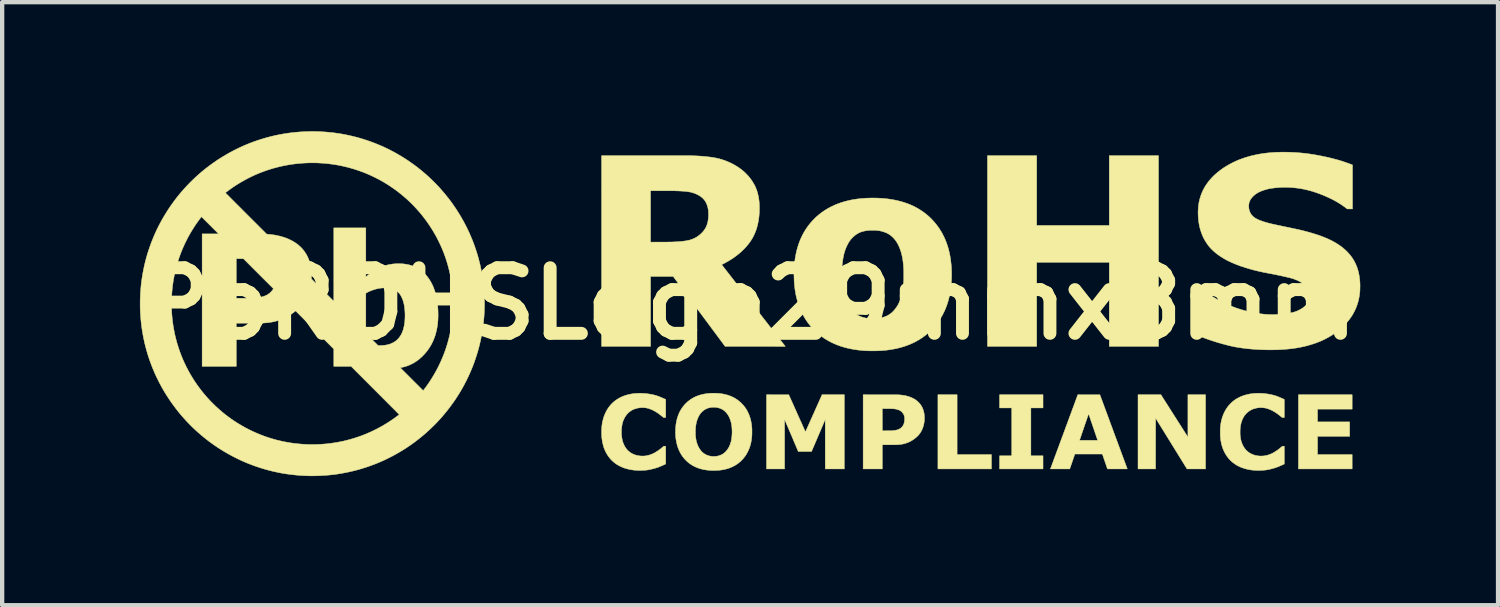
<source format=kicad_pcb>
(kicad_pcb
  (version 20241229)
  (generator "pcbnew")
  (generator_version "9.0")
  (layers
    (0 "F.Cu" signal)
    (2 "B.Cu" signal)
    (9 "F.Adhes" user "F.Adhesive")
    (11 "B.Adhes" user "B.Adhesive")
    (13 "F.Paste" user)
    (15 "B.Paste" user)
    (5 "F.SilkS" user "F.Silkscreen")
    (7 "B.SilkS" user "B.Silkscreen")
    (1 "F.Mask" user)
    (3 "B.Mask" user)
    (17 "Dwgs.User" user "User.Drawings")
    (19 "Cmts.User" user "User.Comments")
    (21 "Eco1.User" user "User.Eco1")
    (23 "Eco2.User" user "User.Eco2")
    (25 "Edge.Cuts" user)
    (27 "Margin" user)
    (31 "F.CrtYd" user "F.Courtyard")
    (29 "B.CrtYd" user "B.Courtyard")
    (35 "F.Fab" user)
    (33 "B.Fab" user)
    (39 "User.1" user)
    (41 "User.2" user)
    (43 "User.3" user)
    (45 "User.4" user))
  (footprint "PbROHSLogo29mmx8mm"
    (layer "F.Cu")
    (at 14.376 4.005)
    (property "Reference" "PbROHSLogo29mmx8mm" (at 0 0 0) (layer "F.SilkS") (effects (font (size 1.524 1.524) (thickness 0.3))))
    (attr through_hole)
    (fp_poly (pts (xy 4.81 3.505) (xy 5.608 3.505) (xy 5.608 3.839) (xy 4.364 3.839) (xy 4.364 2.115) (xy 4.81 2.115) (xy 4.81 3.505)) (stroke (width 0.01) (type solid)) (fill yes) (layer "F.SilkS"))
    (fp_poly (pts (xy 6.659 -1.818) (xy 8.345 -1.818) (xy 8.345 -3.44) (xy 9.489 -3.44) (xy 9.489 0.993) (xy 8.345 0.993) (xy 8.345 -0.96) (xy 6.659 -0.96) (xy 6.659 0.993) (xy 5.515 0.993) (xy 5.515 -3.44) (xy 6.659 -3.44) (xy 6.659 -1.818)) (stroke (width 0.01) (type solid)) (fill yes) (layer "F.SilkS"))
    (fp_poly (pts (xy 6.806 2.422) (xy 6.524 2.422) (xy 6.524 3.534) (xy 6.806 3.534) (xy 6.806 3.839) (xy 5.796 3.839) (xy 5.796 3.534) (xy 6.079 3.534) (xy 6.079 2.422) (xy 5.796 2.422) (xy 5.796 2.115) (xy 6.806 2.115) (xy 6.806 2.422)) (stroke (width 0.01) (type solid)) (fill yes) (layer "F.SilkS"))
    (fp_poly (pts (xy 13.988 2.45) (xy 13.184 2.45) (xy 13.184 2.746) (xy 13.93 2.746) (xy 13.93 3.081) (xy 13.184 3.081) (xy 13.184 3.505) (xy 13.988 3.505) (xy 13.988 3.839) (xy 12.74 3.839) (xy 12.74 2.115) (xy 13.988 2.115) (xy 13.988 2.45)) (stroke (width 0.01) (type solid)) (fill yes) (layer "F.SilkS"))
    (fp_poly (pts (xy 9.56 2.138) (xy 9.561 2.141) (xy 9.564 2.144) (xy 9.567 2.15) (xy 9.571 2.157) (xy 9.577 2.165) (xy 9.583 2.175) (xy 9.59 2.186) (xy 9.598 2.199) (xy 9.607 2.212) (xy 9.616 2.227) (xy 9.626 2.243) (xy 9.637 2.26) (xy 9.648 2.277) (xy 9.66 2.296) (xy 9.673 2.316) (xy 9.686 2.336) (xy 9.699 2.357) (xy 9.713 2.379) (xy 9.727 2.401) (xy 9.741 2.424) (xy 9.756 2.447) (xy 9.771 2.471) (xy 9.786 2.495) (xy 9.802 2.519) (xy 9.817 2.543) (xy 9.833 2.568) (xy 9.849 2.592) (xy 9.864 2.617) (xy 9.88 2.642) (xy 9.896 2.666) (xy 9.911 2.69) (xy 9.926 2.714) (xy 9.941 2.738) (xy 9.956 2.761) (xy 9.971 2.784) (xy 9.985 2.807) (xy 9.999 2.829) (xy 10.013 2.85) (xy 10.026 2.871) (xy 10.038 2.89) (xy 10.051 2.909) (xy 10.062 2.928) (xy 10.073 2.945) (xy 10.083 2.961) (xy 10.093 2.976) (xy 10.102 2.99) (xy 10.11 3.003) (xy 10.118 3.015) (xy 10.124 3.025) (xy 10.13 3.034) (xy 10.135 3.042) (xy 10.135 3.042) (xy 10.172 3.1) (xy 10.172 2.115) (xy 10.582 2.115) (xy 10.582 3.839) (xy 10.151 3.839) (xy 10.091 3.742) (xy 10.088 3.736) (xy 10.083 3.729) (xy 10.078 3.72) (xy 10.071 3.709) (xy 10.064 3.697) (xy 10.055 3.684) (xy 10.046 3.669) (xy 10.036 3.653) (xy 10.025 3.636) (xy 10.014 3.617) (xy 10.002 3.598) (xy 9.989 3.577) (xy 9.976 3.556) (xy 9.962 3.533) (xy 9.948 3.51) (xy 9.933 3.486) (xy 9.918 3.461) (xy 9.902 3.436) (xy 9.886 3.41) (xy 9.87 3.384) (xy 9.853 3.357) (xy 9.837 3.33) (xy 9.82 3.303) (xy 9.802 3.275) (xy 9.785 3.247) (xy 9.768 3.219) (xy 9.751 3.191) (xy 9.733 3.163) (xy 9.716 3.135) (xy 9.699 3.107) (xy 9.682 3.08) (xy 9.665 3.052) (xy 9.648 3.026) (xy 9.632 2.999) (xy 9.616 2.973) (xy 9.6 2.947) (xy 9.584 2.922) (xy 9.569 2.898) (xy 9.555 2.875) (xy 9.541 2.852) (xy 9.527 2.83) (xy 9.514 2.809) (xy 9.502 2.789) (xy 9.49 2.77) (xy 9.479 2.752) (xy 9.469 2.736) (xy 9.459 2.72) (xy 9.455 2.712) (xy 9.422 2.66) (xy 9.421 3.839) (xy 9.013 3.839) (xy 9.013 2.115) (xy 9.545 2.115) (xy 9.56 2.138)) (stroke (width 0.01) (type solid)) (fill yes) (layer "F.SilkS"))
    (fp_poly (pts (xy 0.899 2.116) (xy 0.942 2.211) (xy 0.949 2.226) (xy 0.956 2.243) (xy 0.964 2.261) (xy 0.973 2.279) (xy 0.982 2.299) (xy 0.99 2.318) (xy 0.999 2.338) (xy 1.008 2.358) (xy 1.016 2.376) (xy 1.024 2.394) (xy 1.032 2.411) (xy 1.033 2.414) (xy 1.051 2.454) (xy 1.069 2.493) (xy 1.085 2.53) (xy 1.101 2.566) (xy 1.116 2.6) (xy 1.131 2.632) (xy 1.144 2.662) (xy 1.157 2.691) (xy 1.169 2.718) (xy 1.181 2.743) (xy 1.192 2.767) (xy 1.202 2.79) (xy 1.211 2.811) (xy 1.22 2.831) (xy 1.228 2.849) (xy 1.236 2.866) (xy 1.243 2.881) (xy 1.249 2.896) (xy 1.255 2.908) (xy 1.26 2.92) (xy 1.265 2.931) (xy 1.269 2.94) (xy 1.273 2.948) (xy 1.276 2.956) (xy 1.279 2.962) (xy 1.281 2.967) (xy 1.283 2.971) (xy 1.284 2.974) (xy 1.285 2.976) (xy 1.286 2.977) (xy 1.286 2.978) (xy 1.287 2.977) (xy 1.288 2.974) (xy 1.29 2.97) (xy 1.292 2.965) (xy 1.296 2.958) (xy 1.299 2.951) (xy 1.303 2.942) (xy 1.307 2.933) (xy 1.312 2.922) (xy 1.314 2.918) (xy 1.316 2.913) (xy 1.319 2.906) (xy 1.323 2.897) (xy 1.328 2.886) (xy 1.333 2.874) (xy 1.34 2.861) (xy 1.346 2.846) (xy 1.353 2.83) (xy 1.361 2.812) (xy 1.369 2.794) (xy 1.378 2.774) (xy 1.387 2.753) (xy 1.397 2.732) (xy 1.407 2.71) (xy 1.417 2.686) (xy 1.428 2.663) (xy 1.439 2.638) (xy 1.45 2.613) (xy 1.461 2.588) (xy 1.473 2.562) (xy 1.485 2.536) (xy 1.496 2.51) (xy 1.5 2.501) (xy 1.512 2.475) (xy 1.523 2.45) (xy 1.534 2.425) (xy 1.545 2.401) (xy 1.556 2.377) (xy 1.566 2.354) (xy 1.576 2.331) (xy 1.586 2.31) (xy 1.595 2.289) (xy 1.604 2.27) (xy 1.612 2.251) (xy 1.62 2.233) (xy 1.627 2.217) (xy 1.634 2.202) (xy 1.64 2.188) (xy 1.646 2.175) (xy 1.651 2.164) (xy 1.656 2.154) (xy 1.659 2.146) (xy 1.662 2.139) (xy 1.664 2.134) (xy 1.666 2.131) (xy 1.666 2.13) (xy 1.673 2.115) (xy 2.19 2.115) (xy 2.19 3.839) (xy 1.747 3.839) (xy 1.746 3.265) (xy 1.746 2.69) (xy 1.741 2.702) (xy 1.74 2.704) (xy 1.739 2.707) (xy 1.736 2.713) (xy 1.733 2.72) (xy 1.73 2.728) (xy 1.725 2.739) (xy 1.72 2.75) (xy 1.715 2.763) (xy 1.709 2.778) (xy 1.702 2.793) (xy 1.695 2.81) (xy 1.687 2.828) (xy 1.679 2.847) (xy 1.67 2.867) (xy 1.662 2.888) (xy 1.652 2.91) (xy 1.643 2.933) (xy 1.633 2.956) (xy 1.622 2.98) (xy 1.612 3.005) (xy 1.601 3.03) (xy 1.59 3.056) (xy 1.582 3.075) (xy 1.428 3.435) (xy 1.274 3.435) (xy 1.12 3.435) (xy 1.005 3.165) (xy 0.995 3.141) (xy 0.985 3.117) (xy 0.975 3.093) (xy 0.965 3.069) (xy 0.954 3.045) (xy 0.944 3.022) (xy 0.934 2.998) (xy 0.925 2.976) (xy 0.915 2.953) (xy 0.906 2.932) (xy 0.897 2.911) (xy 0.889 2.892) (xy 0.881 2.873) (xy 0.874 2.856) (xy 0.867 2.84) (xy 0.86 2.825) (xy 0.855 2.812) (xy 0.85 2.8) (xy 0.846 2.792) (xy 0.802 2.688) (xy 0.802 3.839) (xy 0.382 3.839) (xy 0.382 2.115) (xy 0.899 2.116)) (stroke (width 0.01) (type solid)) (fill yes) (layer "F.SilkS"))
    (fp_poly (pts (xy 3.026 2.116) (xy 3.064 2.116) (xy 3.1 2.116) (xy 3.134 2.116) (xy 3.166 2.116) (xy 3.196 2.116) (xy 3.224 2.116) (xy 3.25 2.116) (xy 3.275 2.116) (xy 3.298 2.116) (xy 3.318 2.116) (xy 3.338 2.116) (xy 3.355 2.116) (xy 3.371 2.116) (xy 3.385 2.116) (xy 3.398 2.116) (xy 3.409 2.117) (xy 3.418 2.117) (xy 3.426 2.117) (xy 3.432 2.117) (xy 3.437 2.117) (xy 3.441 2.117) (xy 3.443 2.117) (xy 3.457 2.118) (xy 3.469 2.119) (xy 3.48 2.12) (xy 3.49 2.121) (xy 3.499 2.121) (xy 3.505 2.122) (xy 3.545 2.127) (xy 3.583 2.133) (xy 3.621 2.14) (xy 3.657 2.15) (xy 3.691 2.16) (xy 3.725 2.172) (xy 3.757 2.185) (xy 3.787 2.2) (xy 3.814 2.214) (xy 3.841 2.231) (xy 3.866 2.25) (xy 3.89 2.269) (xy 3.912 2.29) (xy 3.933 2.312) (xy 3.952 2.335) (xy 3.969 2.359) (xy 3.98 2.376) (xy 3.994 2.401) (xy 4.007 2.427) (xy 4.018 2.454) (xy 4.027 2.481) (xy 4.035 2.51) (xy 4.041 2.54) (xy 4.046 2.57) (xy 4.049 2.602) (xy 4.051 2.635) (xy 4.051 2.67) (xy 4.05 2.705) (xy 4.047 2.738) (xy 4.042 2.771) (xy 4.035 2.804) (xy 4.027 2.837) (xy 4.021 2.858) (xy 4.01 2.89) (xy 3.997 2.921) (xy 3.983 2.95) (xy 3.968 2.978) (xy 3.951 3.005) (xy 3.932 3.03) (xy 3.921 3.044) (xy 3.915 3.051) (xy 3.908 3.058) (xy 3.9 3.067) (xy 3.892 3.075) (xy 3.884 3.083) (xy 3.876 3.091) (xy 3.871 3.095) (xy 3.842 3.12) (xy 3.812 3.143) (xy 3.782 3.165) (xy 3.75 3.184) (xy 3.718 3.202) (xy 3.685 3.218) (xy 3.662 3.227) (xy 3.632 3.238) (xy 3.601 3.248) (xy 3.568 3.257) (xy 3.533 3.264) (xy 3.497 3.269) (xy 3.46 3.274) (xy 3.442 3.275) (xy 3.436 3.276) (xy 3.429 3.276) (xy 3.423 3.276) (xy 3.416 3.277) (xy 3.409 3.277) (xy 3.401 3.277) (xy 3.393 3.278) (xy 3.384 3.278) (xy 3.374 3.278) (xy 3.363 3.278) (xy 3.352 3.278) (xy 3.339 3.278) (xy 3.325 3.278) (xy 3.309 3.279) (xy 3.292 3.279) (xy 3.273 3.279) (xy 3.252 3.279) (xy 3.23 3.279) (xy 3.222 3.279) (xy 3.073 3.279) (xy 3.073 3.839) (xy 2.627 3.839) (xy 2.627 2.954) (xy 3.073 2.954) (xy 3.169 2.953) (xy 3.183 2.953) (xy 3.197 2.953) (xy 3.21 2.953) (xy 3.223 2.953) (xy 3.235 2.953) (xy 3.246 2.952) (xy 3.256 2.952) (xy 3.264 2.952) (xy 3.271 2.952) (xy 3.277 2.952) (xy 3.28 2.952) (xy 3.28 2.952) (xy 3.303 2.95) (xy 3.324 2.948) (xy 3.343 2.946) (xy 3.361 2.944) (xy 3.377 2.941) (xy 3.393 2.938) (xy 3.407 2.935) (xy 3.42 2.931) (xy 3.432 2.927) (xy 3.44 2.925) (xy 3.459 2.916) (xy 3.477 2.907) (xy 3.493 2.897) (xy 3.508 2.885) (xy 3.523 2.871) (xy 3.524 2.87) (xy 3.532 2.862) (xy 3.539 2.854) (xy 3.544 2.846) (xy 3.55 2.838) (xy 3.553 2.833) (xy 3.562 2.817) (xy 3.57 2.8) (xy 3.576 2.781) (xy 3.581 2.761) (xy 3.586 2.739) (xy 3.588 2.722) (xy 3.589 2.715) (xy 3.589 2.707) (xy 3.59 2.698) (xy 3.59 2.688) (xy 3.59 2.678) (xy 3.59 2.668) (xy 3.59 2.659) (xy 3.59 2.65) (xy 3.589 2.643) (xy 3.589 2.637) (xy 3.588 2.634) (xy 3.584 2.614) (xy 3.578 2.596) (xy 3.571 2.579) (xy 3.563 2.563) (xy 3.552 2.547) (xy 3.54 2.531) (xy 3.526 2.516) (xy 3.525 2.515) (xy 3.519 2.509) (xy 3.513 2.504) (xy 3.508 2.5) (xy 3.503 2.496) (xy 3.497 2.492) (xy 3.492 2.489) (xy 3.481 2.482) (xy 3.467 2.475) (xy 3.452 2.469) (xy 3.436 2.463) (xy 3.419 2.458) (xy 3.402 2.453) (xy 3.384 2.449) (xy 3.366 2.446) (xy 3.365 2.446) (xy 3.359 2.445) (xy 3.352 2.444) (xy 3.345 2.443) (xy 3.338 2.442) (xy 3.33 2.442) (xy 3.321 2.441) (xy 3.311 2.441) (xy 3.3 2.44) (xy 3.288 2.44) (xy 3.274 2.44) (xy 3.259 2.44) (xy 3.243 2.439) (xy 3.225 2.439) (xy 3.206 2.439) (xy 3.184 2.439) (xy 3.173 2.439) (xy 3.073 2.438) (xy 3.073 2.954) (xy 2.627 2.954) (xy 2.627 2.115) (xy 3.026 2.116)) (stroke (width 0.01) (type solid)) (fill yes) (layer "F.SilkS"))
    (fp_poly (pts (xy 7.871 2.116) (xy 8.127 2.116) (xy 8.187 2.276) (xy 8.19 2.286) (xy 8.194 2.297) (xy 8.199 2.311) (xy 8.205 2.325) (xy 8.211 2.342) (xy 8.218 2.36) (xy 8.225 2.38) (xy 8.233 2.401) (xy 8.241 2.424) (xy 8.25 2.448) (xy 8.259 2.473) (xy 8.269 2.499) (xy 8.279 2.527) (xy 8.29 2.555) (xy 8.301 2.585) (xy 8.312 2.616) (xy 8.324 2.647) (xy 8.336 2.68) (xy 8.348 2.713) (xy 8.36 2.747) (xy 8.373 2.781) (xy 8.386 2.816) (xy 8.399 2.852) (xy 8.413 2.888) (xy 8.426 2.925) (xy 8.44 2.962) (xy 8.453 2.999) (xy 8.467 3.036) (xy 8.481 3.074) (xy 8.495 3.112) (xy 8.505 3.138) (xy 8.764 3.839) (xy 8.533 3.839) (xy 8.512 3.839) (xy 8.491 3.839) (xy 8.471 3.839) (xy 8.451 3.839) (xy 8.432 3.839) (xy 8.415 3.839) (xy 8.398 3.839) (xy 8.382 3.839) (xy 8.367 3.839) (xy 8.354 3.839) (xy 8.342 3.839) (xy 8.331 3.839) (xy 8.322 3.839) (xy 8.315 3.839) (xy 8.309 3.839) (xy 8.305 3.839) (xy 8.303 3.839) (xy 8.303 3.839) (xy 8.303 3.838) (xy 8.302 3.835) (xy 8.3 3.83) (xy 8.298 3.824) (xy 8.295 3.816) (xy 8.292 3.807) (xy 8.288 3.797) (xy 8.284 3.785) (xy 8.28 3.772) (xy 8.275 3.758) (xy 8.27 3.743) (xy 8.265 3.727) (xy 8.259 3.711) (xy 8.253 3.693) (xy 8.247 3.676) (xy 8.243 3.665) (xy 8.184 3.493) (xy 7.546 3.493) (xy 7.488 3.662) (xy 7.482 3.68) (xy 7.476 3.697) (xy 7.47 3.714) (xy 7.464 3.73) (xy 7.459 3.746) (xy 7.454 3.76) (xy 7.449 3.774) (xy 7.445 3.786) (xy 7.441 3.798) (xy 7.438 3.808) (xy 7.435 3.816) (xy 7.432 3.823) (xy 7.431 3.829) (xy 7.429 3.833) (xy 7.429 3.835) (xy 7.428 3.835) (xy 7.427 3.839) (xy 7.202 3.839) (xy 7.176 3.839) (xy 7.152 3.839) (xy 7.13 3.839) (xy 7.11 3.839) (xy 7.091 3.839) (xy 7.074 3.839) (xy 7.059 3.839) (xy 7.045 3.839) (xy 7.033 3.839) (xy 7.022 3.839) (xy 7.013 3.839) (xy 7.005 3.839) (xy 6.998 3.839) (xy 6.992 3.839) (xy 6.987 3.839) (xy 6.984 3.839) (xy 6.981 3.839) (xy 6.979 3.838) (xy 6.978 3.838) (xy 6.978 3.838) (xy 6.979 3.837) (xy 6.98 3.834) (xy 6.981 3.829) (xy 6.984 3.823) (xy 6.987 3.814) (xy 6.991 3.804) (xy 6.995 3.793) (xy 7 3.78) (xy 7.005 3.765) (xy 7.011 3.75) (xy 7.017 3.732) (xy 7.024 3.714) (xy 7.032 3.694) (xy 7.039 3.673) (xy 7.047 3.65) (xy 7.056 3.627) (xy 7.065 3.603) (xy 7.074 3.577) (xy 7.084 3.551) (xy 7.094 3.524) (xy 7.105 3.496) (xy 7.115 3.467) (xy 7.126 3.438) (xy 7.137 3.407) (xy 7.149 3.377) (xy 7.16 3.345) (xy 7.172 3.313) (xy 7.184 3.281) (xy 7.196 3.248) (xy 7.208 3.215) (xy 7.221 3.182) (xy 7.223 3.175) (xy 7.654 3.175) (xy 8.076 3.175) (xy 8.07 3.157) (xy 8.069 3.154) (xy 8.067 3.149) (xy 8.065 3.143) (xy 8.062 3.135) (xy 8.059 3.125) (xy 8.055 3.115) (xy 8.051 3.103) (xy 8.047 3.09) (xy 8.042 3.076) (xy 8.037 3.062) (xy 8.032 3.047) (xy 8.027 3.031) (xy 8.021 3.015) (xy 8.02 3.012) (xy 8.009 2.978) (xy 7.998 2.946) (xy 7.987 2.914) (xy 7.976 2.883) (xy 7.966 2.853) (xy 7.956 2.825) (xy 7.947 2.797) (xy 7.938 2.771) (xy 7.929 2.747) (xy 7.921 2.723) (xy 7.914 2.701) (xy 7.907 2.681) (xy 7.901 2.662) (xy 7.895 2.645) (xy 7.89 2.63) (xy 7.885 2.617) (xy 7.885 2.617) (xy 7.881 2.607) (xy 7.878 2.597) (xy 7.875 2.588) (xy 7.872 2.58) (xy 7.87 2.573) (xy 7.868 2.568) (xy 7.866 2.564) (xy 7.865 2.561) (xy 7.865 2.56) (xy 7.865 2.561) (xy 7.864 2.563) (xy 7.862 2.567) (xy 7.86 2.573) (xy 7.858 2.58) (xy 7.855 2.588) (xy 7.851 2.599) (xy 7.847 2.611) (xy 7.843 2.624) (xy 7.837 2.64) (xy 7.832 2.656) (xy 7.825 2.675) (xy 7.818 2.695) (xy 7.811 2.718) (xy 7.802 2.741) (xy 7.794 2.767) (xy 7.784 2.794) (xy 7.774 2.823) (xy 7.764 2.854) (xy 7.752 2.887) (xy 7.741 2.922) (xy 7.728 2.958) (xy 7.715 2.996) (xy 7.701 3.037) (xy 7.687 3.079) (xy 7.673 3.12) (xy 7.654 3.175) (xy 7.223 3.175) (xy 7.233 3.148) (xy 7.245 3.115) (xy 7.258 3.081) (xy 7.271 3.047) (xy 7.283 3.013) (xy 7.296 2.979) (xy 7.308 2.945) (xy 7.321 2.911) (xy 7.333 2.877) (xy 7.345 2.844) (xy 7.358 2.811) (xy 7.37 2.778) (xy 7.382 2.746) (xy 7.393 2.714) (xy 7.405 2.683) (xy 7.416 2.652) (xy 7.427 2.622) (xy 7.438 2.592) (xy 7.449 2.564) (xy 7.459 2.536) (xy 7.469 2.509) (xy 7.479 2.482) (xy 7.488 2.457) (xy 7.497 2.433) (xy 7.506 2.41) (xy 7.514 2.387) (xy 7.522 2.366) (xy 7.529 2.347) (xy 7.536 2.328) (xy 7.542 2.311) (xy 7.548 2.295) (xy 7.553 2.281) (xy 7.558 2.268) (xy 7.562 2.256) (xy 7.566 2.247) (xy 7.569 2.239) (xy 7.571 2.232) (xy 7.573 2.227) (xy 7.573 2.227) (xy 7.614 2.115) (xy 7.871 2.116)) (stroke (width 0.01) (type solid)) (fill yes) (layer "F.SilkS"))
    (fp_poly (pts (xy -2.535 2.082) (xy -2.496 2.083) (xy -2.456 2.086) (xy -2.417 2.089) (xy -2.381 2.094) (xy -2.35 2.098) (xy -2.321 2.103) (xy -2.293 2.108) (xy -2.266 2.113) (xy -2.241 2.119) (xy -2.216 2.125) (xy -2.192 2.131) (xy -2.168 2.139) (xy -2.145 2.147) (xy -2.122 2.155) (xy -2.112 2.159) (xy -2.101 2.163) (xy -2.089 2.168) (xy -2.076 2.174) (xy -2.062 2.179) (xy -2.048 2.186) (xy -2.033 2.192) (xy -2.019 2.198) (xy -2.005 2.204) (xy -1.992 2.21) (xy -1.98 2.216) (xy -1.96 2.225) (xy -1.96 2.645) (xy -2.011 2.645) (xy -2.022 2.635) (xy -2.03 2.629) (xy -2.038 2.622) (xy -2.048 2.614) (xy -2.058 2.606) (xy -2.069 2.598) (xy -2.079 2.59) (xy -2.09 2.581) (xy -2.1 2.574) (xy -2.109 2.567) (xy -2.116 2.561) (xy -2.118 2.56) (xy -2.148 2.539) (xy -2.179 2.519) (xy -2.209 2.501) (xy -2.24 2.484) (xy -2.27 2.47) (xy -2.286 2.462) (xy -2.309 2.453) (xy -2.332 2.444) (xy -2.353 2.437) (xy -2.374 2.431) (xy -2.394 2.426) (xy -2.414 2.422) (xy -2.435 2.419) (xy -2.456 2.417) (xy -2.477 2.416) (xy -2.49 2.415) (xy -2.519 2.415) (xy -2.549 2.417) (xy -2.578 2.421) (xy -2.607 2.425) (xy -2.635 2.432) (xy -2.662 2.44) (xy -2.689 2.449) (xy -2.714 2.459) (xy -2.738 2.471) (xy -2.754 2.48) (xy -2.778 2.496) (xy -2.801 2.513) (xy -2.824 2.532) (xy -2.829 2.537) (xy -2.847 2.555) (xy -2.864 2.574) (xy -2.88 2.595) (xy -2.895 2.617) (xy -2.91 2.641) (xy -2.923 2.666) (xy -2.936 2.692) (xy -2.947 2.72) (xy -2.95 2.727) (xy -2.958 2.75) (xy -2.965 2.776) (xy -2.971 2.802) (xy -2.976 2.83) (xy -2.98 2.86) (xy -2.984 2.89) (xy -2.986 2.92) (xy -2.987 2.952) (xy -2.988 2.984) (xy -2.987 3.016) (xy -2.986 3.048) (xy -2.983 3.08) (xy -2.982 3.089) (xy -2.977 3.122) (xy -2.972 3.154) (xy -2.965 3.185) (xy -2.956 3.214) (xy -2.946 3.241) (xy -2.938 3.262) (xy -2.925 3.289) (xy -2.912 3.314) (xy -2.897 3.338) (xy -2.882 3.36) (xy -2.866 3.381) (xy -2.85 3.4) (xy -2.833 3.417) (xy -2.83 3.419) (xy -2.807 3.439) (xy -2.783 3.457) (xy -2.759 3.473) (xy -2.733 3.487) (xy -2.707 3.499) (xy -2.68 3.51) (xy -2.655 3.518) (xy -2.622 3.526) (xy -2.588 3.533) (xy -2.555 3.537) (xy -2.522 3.54) (xy -2.489 3.54) (xy -2.456 3.539) (xy -2.424 3.535) (xy -2.392 3.529) (xy -2.36 3.522) (xy -2.356 3.521) (xy -2.328 3.512) (xy -2.301 3.503) (xy -2.275 3.493) (xy -2.249 3.481) (xy -2.223 3.468) (xy -2.197 3.453) (xy -2.192 3.45) (xy -2.173 3.438) (xy -2.155 3.427) (xy -2.138 3.415) (xy -2.12 3.403) (xy -2.103 3.39) (xy -2.085 3.377) (xy -2.067 3.363) (xy -2.048 3.347) (xy -2.028 3.33) (xy -2.023 3.326) (xy -2.007 3.312) (xy -1.96 3.312) (xy -1.96 3.725) (xy -1.975 3.732) (xy -1.989 3.738) (xy -2.003 3.744) (xy -2.016 3.75) (xy -2.03 3.756) (xy -2.043 3.762) (xy -2.056 3.768) (xy -2.068 3.773) (xy -2.079 3.778) (xy -2.09 3.782) (xy -2.098 3.786) (xy -2.106 3.789) (xy -2.112 3.791) (xy -2.112 3.791) (xy -2.134 3.8) (xy -2.156 3.808) (xy -2.18 3.815) (xy -2.205 3.823) (xy -2.231 3.83) (xy -2.256 3.837) (xy -2.282 3.843) (xy -2.308 3.849) (xy -2.332 3.854) (xy -2.357 3.859) (xy -2.38 3.863) (xy -2.401 3.866) (xy -2.412 3.867) (xy -2.431 3.869) (xy -2.452 3.87) (xy -2.474 3.871) (xy -2.497 3.872) (xy -2.52 3.873) (xy -2.545 3.873) (xy -2.569 3.873) (xy -2.594 3.873) (xy -2.604 3.873) (xy -2.648 3.871) (xy -2.692 3.868) (xy -2.735 3.862) (xy -2.777 3.856) (xy -2.818 3.847) (xy -2.859 3.837) (xy -2.898 3.826) (xy -2.937 3.813) (xy -2.974 3.798) (xy -3.01 3.782) (xy -3.022 3.776) (xy -3.056 3.758) (xy -3.09 3.738) (xy -3.122 3.717) (xy -3.152 3.694) (xy -3.181 3.67) (xy -3.209 3.644) (xy -3.235 3.617) (xy -3.26 3.588) (xy -3.284 3.558) (xy -3.306 3.526) (xy -3.326 3.493) (xy -3.346 3.459) (xy -3.363 3.423) (xy -3.365 3.42) (xy -3.379 3.388) (xy -3.392 3.355) (xy -3.403 3.321) (xy -3.413 3.286) (xy -3.422 3.251) (xy -3.43 3.214) (xy -3.436 3.176) (xy -3.442 3.137) (xy -3.446 3.096) (xy -3.448 3.062) (xy -3.449 3.055) (xy -3.449 3.046) (xy -3.449 3.035) (xy -3.45 3.024) (xy -3.45 3.011) (xy -3.45 2.998) (xy -3.45 2.985) (xy -3.45 2.972) (xy -3.45 2.96) (xy -3.45 2.949) (xy -3.45 2.938) (xy -3.45 2.929) (xy -3.449 2.924) (xy -3.447 2.882) (xy -3.443 2.841) (xy -3.438 2.802) (xy -3.432 2.764) (xy -3.424 2.727) (xy -3.415 2.691) (xy -3.405 2.655) (xy -3.398 2.633) (xy -3.384 2.594) (xy -3.368 2.556) (xy -3.351 2.52) (xy -3.333 2.485) (xy -3.313 2.451) (xy -3.291 2.418) (xy -3.268 2.387) (xy -3.244 2.357) (xy -3.218 2.329) (xy -3.191 2.302) (xy -3.163 2.277) (xy -3.158 2.273) (xy -3.128 2.25) (xy -3.097 2.228) (xy -3.065 2.208) (xy -3.032 2.189) (xy -2.997 2.171) (xy -2.961 2.155) (xy -2.924 2.141) (xy -2.885 2.128) (xy -2.846 2.117) (xy -2.806 2.107) (xy -2.765 2.099) (xy -2.723 2.092) (xy -2.688 2.088) (xy -2.652 2.085) (xy -2.614 2.083) (xy -2.575 2.082) (xy -2.535 2.082)) (stroke (width 0.01) (type solid)) (fill yes) (layer "F.SilkS"))
    (fp_poly (pts (xy 11.848 2.082) (xy 11.879 2.084) (xy 11.91 2.085) (xy 11.911 2.085) (xy 11.938 2.088) (xy 11.966 2.09) (xy 11.995 2.094) (xy 12.023 2.098) (xy 12.052 2.103) (xy 12.08 2.108) (xy 12.107 2.113) (xy 12.132 2.119) (xy 12.156 2.125) (xy 12.159 2.125) (xy 12.175 2.13) (xy 12.192 2.135) (xy 12.209 2.14) (xy 12.226 2.146) (xy 12.244 2.152) (xy 12.26 2.159) (xy 12.268 2.162) (xy 12.28 2.167) (xy 12.293 2.172) (xy 12.308 2.178) (xy 12.323 2.185) (xy 12.338 2.191) (xy 12.353 2.198) (xy 12.368 2.205) (xy 12.382 2.211) (xy 12.396 2.217) (xy 12.401 2.22) (xy 12.412 2.225) (xy 12.412 2.645) (xy 12.361 2.645) (xy 12.35 2.635) (xy 12.339 2.626) (xy 12.327 2.617) (xy 12.314 2.606) (xy 12.3 2.595) (xy 12.287 2.585) (xy 12.282 2.581) (xy 12.253 2.559) (xy 12.225 2.54) (xy 12.197 2.521) (xy 12.17 2.505) (xy 12.143 2.49) (xy 12.115 2.476) (xy 12.088 2.463) (xy 12.06 2.452) (xy 12.032 2.442) (xy 12.027 2.44) (xy 11.999 2.431) (xy 11.97 2.425) (xy 11.94 2.42) (xy 11.911 2.417) (xy 11.88 2.415) (xy 11.859 2.415) (xy 11.826 2.417) (xy 11.795 2.42) (xy 11.764 2.426) (xy 11.734 2.433) (xy 11.705 2.441) (xy 11.677 2.451) (xy 11.653 2.462) (xy 11.63 2.474) (xy 11.607 2.488) (xy 11.584 2.503) (xy 11.563 2.52) (xy 11.542 2.538) (xy 11.533 2.547) (xy 11.515 2.566) (xy 11.498 2.587) (xy 11.481 2.61) (xy 11.466 2.634) (xy 11.452 2.66) (xy 11.439 2.686) (xy 11.428 2.714) (xy 11.418 2.742) (xy 11.409 2.771) (xy 11.402 2.801) (xy 11.401 2.804) (xy 11.396 2.833) (xy 11.391 2.863) (xy 11.388 2.895) (xy 11.386 2.927) (xy 11.385 2.96) (xy 11.385 2.993) (xy 11.385 3.026) (xy 11.387 3.059) (xy 11.391 3.091) (xy 11.395 3.121) (xy 11.396 3.13) (xy 11.401 3.158) (xy 11.408 3.185) (xy 11.415 3.211) (xy 11.424 3.235) (xy 11.434 3.26) (xy 11.445 3.285) (xy 11.446 3.287) (xy 11.46 3.313) (xy 11.475 3.338) (xy 11.49 3.36) (xy 11.507 3.381) (xy 11.524 3.401) (xy 11.543 3.42) (xy 11.563 3.437) (xy 11.584 3.454) (xy 11.598 3.463) (xy 11.62 3.477) (xy 11.644 3.489) (xy 11.668 3.5) (xy 11.693 3.51) (xy 11.719 3.519) (xy 11.747 3.526) (xy 11.765 3.529) (xy 11.798 3.535) (xy 11.831 3.539) (xy 11.864 3.54) (xy 11.897 3.54) (xy 11.929 3.537) (xy 11.962 3.533) (xy 11.994 3.526) (xy 12.027 3.518) (xy 12.06 3.507) (xy 12.08 3.5) (xy 12.099 3.492) (xy 12.118 3.483) (xy 12.137 3.474) (xy 12.157 3.464) (xy 12.177 3.452) (xy 12.197 3.439) (xy 12.219 3.425) (xy 12.226 3.421) (xy 12.24 3.411) (xy 12.257 3.4) (xy 12.273 3.387) (xy 12.291 3.374) (xy 12.309 3.36) (xy 12.326 3.345) (xy 12.344 3.33) (xy 12.351 3.324) (xy 12.365 3.312) (xy 12.412 3.312) (xy 12.412 3.725) (xy 12.389 3.736) (xy 12.37 3.744) (xy 12.352 3.752) (xy 12.336 3.759) (xy 12.322 3.765) (xy 12.309 3.771) (xy 12.297 3.776) (xy 12.286 3.781) (xy 12.276 3.785) (xy 12.267 3.788) (xy 12.259 3.792) (xy 12.251 3.795) (xy 12.243 3.798) (xy 12.236 3.8) (xy 12.229 3.803) (xy 12.222 3.806) (xy 12.215 3.808) (xy 12.207 3.81) (xy 12.206 3.811) (xy 12.186 3.817) (xy 12.166 3.823) (xy 12.144 3.829) (xy 12.123 3.835) (xy 12.101 3.841) (xy 12.079 3.846) (xy 12.058 3.851) (xy 12.038 3.855) (xy 12.018 3.859) (xy 12 3.862) (xy 11.986 3.864) (xy 11.964 3.866) (xy 11.94 3.869) (xy 11.915 3.87) (xy 11.888 3.872) (xy 11.86 3.873) (xy 11.831 3.873) (xy 11.802 3.873) (xy 11.771 3.873) (xy 11.768 3.873) (xy 11.725 3.871) (xy 11.681 3.868) (xy 11.639 3.863) (xy 11.597 3.856) (xy 11.556 3.848) (xy 11.516 3.838) (xy 11.477 3.827) (xy 11.439 3.814) (xy 11.402 3.8) (xy 11.366 3.784) (xy 11.332 3.767) (xy 11.306 3.753) (xy 11.273 3.732) (xy 11.242 3.71) (xy 11.211 3.687) (xy 11.182 3.662) (xy 11.157 3.638) (xy 11.134 3.613) (xy 11.112 3.588) (xy 11.091 3.562) (xy 11.072 3.534) (xy 11.053 3.505) (xy 11.035 3.475) (xy 11.023 3.452) (xy 11.006 3.416) (xy 10.99 3.38) (xy 10.976 3.342) (xy 10.964 3.303) (xy 10.953 3.262) (xy 10.944 3.221) (xy 10.936 3.178) (xy 10.93 3.134) (xy 10.926 3.093) (xy 10.925 3.083) (xy 10.925 3.074) (xy 10.924 3.066) (xy 10.924 3.059) (xy 10.923 3.051) (xy 10.923 3.043) (xy 10.923 3.035) (xy 10.923 3.026) (xy 10.923 3.016) (xy 10.923 3.004) (xy 10.923 2.991) (xy 10.923 2.982) (xy 10.923 2.965) (xy 10.923 2.949) (xy 10.923 2.935) (xy 10.923 2.922) (xy 10.924 2.91) (xy 10.924 2.899) (xy 10.925 2.887) (xy 10.926 2.876) (xy 10.927 2.865) (xy 10.928 2.853) (xy 10.929 2.84) (xy 10.93 2.836) (xy 10.936 2.793) (xy 10.943 2.751) (xy 10.952 2.71) (xy 10.963 2.669) (xy 10.975 2.63) (xy 10.989 2.592) (xy 11.004 2.555) (xy 11.021 2.519) (xy 11.04 2.484) (xy 11.06 2.451) (xy 11.081 2.418) (xy 11.104 2.387) (xy 11.128 2.358) (xy 11.154 2.33) (xy 11.18 2.303) (xy 11.209 2.278) (xy 11.238 2.254) (xy 11.24 2.252) (xy 11.271 2.23) (xy 11.303 2.21) (xy 11.337 2.191) (xy 11.371 2.173) (xy 11.407 2.157) (xy 11.445 2.142) (xy 11.483 2.129) (xy 11.522 2.118) (xy 11.562 2.108) (xy 11.603 2.099) (xy 11.645 2.093) (xy 11.688 2.088) (xy 11.699 2.086) (xy 11.727 2.084) (xy 11.756 2.083) (xy 11.786 2.082) (xy 11.817 2.082) (xy 11.848 2.082)) (stroke (width 0.01) (type solid)) (fill yes) (layer "F.SilkS"))
    (fp_poly (pts (xy -0.822 2.08) (xy -0.809 2.08) (xy -0.797 2.081) (xy -0.786 2.081) (xy -0.777 2.081) (xy -0.769 2.082) (xy -0.768 2.082) (xy -0.73 2.085) (xy -0.694 2.088) (xy -0.659 2.093) (xy -0.626 2.099) (xy -0.594 2.105) (xy -0.562 2.113) (xy -0.539 2.119) (xy -0.515 2.126) (xy -0.492 2.134) (xy -0.47 2.141) (xy -0.449 2.15) (xy -0.428 2.159) (xy -0.407 2.169) (xy -0.394 2.175) (xy -0.363 2.191) (xy -0.333 2.209) (xy -0.305 2.227) (xy -0.278 2.247) (xy -0.251 2.268) (xy -0.225 2.29) (xy -0.199 2.315) (xy -0.191 2.324) (xy -0.164 2.352) (xy -0.139 2.382) (xy -0.115 2.413) (xy -0.093 2.445) (xy -0.073 2.478) (xy -0.055 2.513) (xy -0.038 2.549) (xy -0.022 2.586) (xy -0.008 2.624) (xy 0.004 2.663) (xy 0.015 2.704) (xy 0.021 2.73) (xy 0.026 2.758) (xy 0.031 2.787) (xy 0.035 2.817) (xy 0.039 2.849) (xy 0.042 2.883) (xy 0.043 2.899) (xy 0.043 2.906) (xy 0.044 2.915) (xy 0.044 2.925) (xy 0.044 2.937) (xy 0.044 2.95) (xy 0.044 2.963) (xy 0.044 2.977) (xy 0.044 2.99) (xy 0.044 3.004) (xy 0.044 3.017) (xy 0.044 3.03) (xy 0.043 3.041) (xy 0.043 3.051) (xy 0.043 3.06) (xy 0.042 3.066) (xy 0.039 3.107) (xy 0.034 3.146) (xy 0.029 3.184) (xy 0.022 3.22) (xy 0.014 3.255) (xy 0.005 3.29) (xy -0.005 3.323) (xy -0.017 3.356) (xy -0.019 3.36) (xy -0.034 3.398) (xy -0.051 3.434) (xy -0.069 3.469) (xy -0.089 3.503) (xy -0.11 3.536) (xy -0.134 3.567) (xy -0.158 3.598) (xy -0.184 3.626) (xy -0.211 3.654) (xy -0.24 3.679) (xy -0.27 3.704) (xy -0.301 3.727) (xy -0.334 3.748) (xy -0.368 3.768) (xy -0.368 3.768) (xy -0.402 3.785) (xy -0.437 3.801) (xy -0.474 3.816) (xy -0.511 3.829) (xy -0.55 3.84) (xy -0.59 3.85) (xy -0.632 3.858) (xy -0.674 3.865) (xy -0.718 3.87) (xy -0.762 3.873) (xy -0.807 3.875) (xy -0.854 3.876) (xy -0.895 3.875) (xy -0.941 3.872) (xy -0.986 3.868) (xy -1.03 3.862) (xy -1.073 3.855) (xy -1.114 3.846) (xy -1.154 3.835) (xy -1.194 3.823) (xy -1.231 3.809) (xy -1.268 3.794) (xy -1.304 3.776) (xy -1.338 3.758) (xy -1.371 3.737) (xy -1.403 3.715) (xy -1.434 3.691) (xy -1.463 3.666) (xy -1.491 3.639) (xy -1.518 3.611) (xy -1.537 3.589) (xy -1.562 3.558) (xy -1.584 3.526) (xy -1.606 3.492) (xy -1.625 3.458) (xy -1.643 3.422) (xy -1.659 3.385) (xy -1.674 3.347) (xy -1.687 3.308) (xy -1.698 3.268) (xy -1.708 3.226) (xy -1.716 3.184) (xy -1.723 3.14) (xy -1.728 3.096) (xy -1.731 3.05) (xy -1.732 3.012) (xy -1.732 2.972) (xy -1.732 2.958) (xy -1.27 2.958) (xy -1.27 2.998) (xy -1.269 3.033) (xy -1.267 3.067) (xy -1.264 3.099) (xy -1.26 3.129) (xy -1.255 3.159) (xy -1.25 3.187) (xy -1.243 3.214) (xy -1.235 3.24) (xy -1.226 3.266) (xy -1.216 3.291) (xy -1.205 3.316) (xy -1.2 3.327) (xy -1.185 3.353) (xy -1.17 3.378) (xy -1.153 3.401) (xy -1.136 3.423) (xy -1.117 3.443) (xy -1.097 3.461) (xy -1.076 3.478) (xy -1.053 3.493) (xy -1.03 3.506) (xy -1.013 3.514) (xy -0.989 3.524) (xy -0.964 3.532) (xy -0.938 3.539) (xy -0.911 3.544) (xy -0.883 3.548) (xy -0.862 3.549) (xy -0.857 3.549) (xy -0.851 3.55) (xy -0.843 3.549) (xy -0.835 3.549) (xy -0.826 3.549) (xy -0.817 3.549) (xy -0.81 3.548) (xy -0.803 3.548) (xy -0.8 3.547) (xy -0.772 3.544) (xy -0.746 3.538) (xy -0.72 3.531) (xy -0.695 3.523) (xy -0.671 3.512) (xy -0.648 3.501) (xy -0.626 3.488) (xy -0.617 3.481) (xy -0.596 3.465) (xy -0.576 3.447) (xy -0.557 3.427) (xy -0.539 3.406) (xy -0.522 3.383) (xy -0.506 3.359) (xy -0.491 3.333) (xy -0.478 3.306) (xy -0.466 3.278) (xy -0.456 3.249) (xy -0.449 3.227) (xy -0.441 3.199) (xy -0.435 3.169) (xy -0.429 3.138) (xy -0.425 3.106) (xy -0.422 3.072) (xy -0.419 3.038) (xy -0.418 3.003) (xy -0.418 2.967) (xy -0.419 2.931) (xy -0.42 2.91) (xy -0.422 2.876) (xy -0.426 2.843) (xy -0.43 2.811) (xy -0.436 2.78) (xy -0.443 2.751) (xy -0.451 2.722) (xy -0.461 2.694) (xy -0.471 2.666) (xy -0.479 2.648) (xy -0.492 2.62) (xy -0.507 2.595) (xy -0.523 2.57) (xy -0.54 2.547) (xy -0.558 2.526) (xy -0.578 2.506) (xy -0.598 2.488) (xy -0.609 2.479) (xy -0.629 2.465) (xy -0.651 2.453) (xy -0.673 2.442) (xy -0.697 2.432) (xy -0.722 2.424) (xy -0.748 2.417) (xy -0.775 2.411) (xy -0.802 2.408) (xy -0.814 2.407) (xy -0.822 2.406) (xy -0.832 2.406) (xy -0.843 2.406) (xy -0.854 2.406) (xy -0.865 2.407) (xy -0.876 2.407) (xy -0.885 2.408) (xy -0.892 2.408) (xy -0.917 2.412) (xy -0.942 2.417) (xy -0.966 2.423) (xy -0.989 2.431) (xy -1.01 2.439) (xy -1.03 2.449) (xy -1.034 2.451) (xy -1.053 2.462) (xy -1.072 2.475) (xy -1.09 2.489) (xy -1.108 2.504) (xy -1.125 2.521) (xy -1.141 2.537) (xy -1.15 2.548) (xy -1.164 2.567) (xy -1.177 2.587) (xy -1.19 2.609) (xy -1.202 2.633) (xy -1.213 2.659) (xy -1.224 2.685) (xy -1.232 2.71) (xy -1.242 2.741) (xy -1.25 2.774) (xy -1.256 2.808) (xy -1.262 2.844) (xy -1.266 2.881) (xy -1.268 2.919) (xy -1.27 2.958) (xy -1.732 2.958) (xy -1.732 2.933) (xy -1.73 2.895) (xy -1.727 2.858) (xy -1.724 2.822) (xy -1.719 2.787) (xy -1.713 2.752) (xy -1.709 2.734) (xy -1.701 2.696) (xy -1.691 2.659) (xy -1.679 2.623) (xy -1.667 2.588) (xy -1.653 2.553) (xy -1.638 2.521) (xy -1.626 2.497) (xy -1.606 2.463) (xy -1.585 2.43) (xy -1.562 2.398) (xy -1.538 2.367) (xy -1.512 2.338) (xy -1.485 2.31) (xy -1.457 2.284) (xy -1.427 2.259) (xy -1.396 2.236) (xy -1.364 2.214) (xy -1.331 2.194) (xy -1.296 2.175) (xy -1.296 2.175) (xy -1.263 2.159) (xy -1.229 2.145) (xy -1.195 2.133) (xy -1.159 2.121) (xy -1.123 2.112) (xy -1.085 2.103) (xy -1.046 2.096) (xy -1.006 2.09) (xy -0.964 2.085) (xy -0.93 2.082) (xy -0.922 2.082) (xy -0.913 2.081) (xy -0.902 2.081) (xy -0.89 2.081) (xy -0.877 2.08) (xy -0.863 2.08) (xy -0.85 2.08) (xy -0.836 2.08) (xy -0.822 2.08)) (stroke (width 0.01) (type solid)) (fill yes) (layer "F.SilkS"))
    (fp_poly (pts (xy 2.883 -2.454) (xy 2.923 -2.454) (xy 2.963 -2.453) (xy 3.001 -2.451) (xy 3.004 -2.451) (xy 3.07 -2.447) (xy 3.136 -2.441) (xy 3.2 -2.434) (xy 3.262 -2.425) (xy 3.324 -2.415) (xy 3.384 -2.403) (xy 3.442 -2.39) (xy 3.5 -2.375) (xy 3.556 -2.359) (xy 3.611 -2.341) (xy 3.665 -2.322) (xy 3.688 -2.313) (xy 3.739 -2.292) (xy 3.79 -2.269) (xy 3.839 -2.244) (xy 3.886 -2.219) (xy 3.933 -2.191) (xy 3.978 -2.162) (xy 4.022 -2.132) (xy 4.046 -2.114) (xy 4.089 -2.081) (xy 4.131 -2.046) (xy 4.172 -2.009) (xy 4.211 -1.971) (xy 4.249 -1.931) (xy 4.285 -1.89) (xy 4.32 -1.848) (xy 4.354 -1.804) (xy 4.386 -1.759) (xy 4.416 -1.713) (xy 4.445 -1.666) (xy 4.446 -1.663) (xy 4.459 -1.642) (xy 4.472 -1.618) (xy 4.484 -1.593) (xy 4.497 -1.568) (xy 4.509 -1.543) (xy 4.521 -1.517) (xy 4.532 -1.493) (xy 4.537 -1.48) (xy 4.558 -1.428) (xy 4.577 -1.374) (xy 4.595 -1.319) (xy 4.611 -1.263) (xy 4.625 -1.206) (xy 4.638 -1.148) (xy 4.649 -1.088) (xy 4.659 -1.027) (xy 4.666 -0.965) (xy 4.673 -0.902) (xy 4.678 -0.838) (xy 4.681 -0.773) (xy 4.682 -0.707) (xy 4.682 -0.64) (xy 4.681 -0.584) (xy 4.678 -0.518) (xy 4.673 -0.453) (xy 4.667 -0.39) (xy 4.658 -0.327) (xy 4.649 -0.266) (xy 4.637 -0.206) (xy 4.625 -0.148) (xy 4.61 -0.09) (xy 4.594 -0.034) (xy 4.576 0.022) (xy 4.556 0.076) (xy 4.535 0.129) (xy 4.512 0.18) (xy 4.487 0.231) (xy 4.461 0.28) (xy 4.433 0.328) (xy 4.404 0.375) (xy 4.372 0.421) (xy 4.34 0.466) (xy 4.315 0.497) (xy 4.279 0.539) (xy 4.243 0.58) (xy 4.204 0.62) (xy 4.165 0.658) (xy 4.124 0.694) (xy 4.082 0.729) (xy 4.038 0.762) (xy 3.994 0.794) (xy 3.947 0.824) (xy 3.9 0.852) (xy 3.852 0.879) (xy 3.802 0.905) (xy 3.75 0.928) (xy 3.698 0.951) (xy 3.644 0.971) (xy 3.6 0.987) (xy 3.545 1.004) (xy 3.488 1.02) (xy 3.431 1.035) (xy 3.372 1.048) (xy 3.312 1.059) (xy 3.25 1.069) (xy 3.188 1.078) (xy 3.124 1.085) (xy 3.059 1.09) (xy 2.993 1.094) (xy 2.925 1.096) (xy 2.857 1.097) (xy 2.788 1.096) (xy 2.775 1.096) (xy 2.706 1.094) (xy 2.639 1.09) (xy 2.574 1.084) (xy 2.509 1.077) (xy 2.446 1.068) (xy 2.384 1.058) (xy 2.323 1.046) (xy 2.263 1.033) (xy 2.205 1.018) (xy 2.148 1.002) (xy 2.092 0.984) (xy 2.038 0.964) (xy 1.985 0.943) (xy 1.933 0.92) (xy 1.883 0.896) (xy 1.834 0.871) (xy 1.822 0.864) (xy 1.774 0.836) (xy 1.727 0.807) (xy 1.682 0.776) (xy 1.637 0.743) (xy 1.595 0.71) (xy 1.554 0.674) (xy 1.514 0.637) (xy 1.475 0.599) (xy 1.438 0.559) (xy 1.402 0.518) (xy 1.368 0.475) (xy 1.335 0.431) (xy 1.304 0.385) (xy 1.294 0.37) (xy 1.271 0.334) (xy 1.249 0.296) (xy 1.228 0.257) (xy 1.208 0.218) (xy 1.188 0.177) (xy 1.171 0.138) (xy 1.15 0.088) (xy 1.132 0.037) (xy 1.114 -0.015) (xy 1.098 -0.069) (xy 1.084 -0.124) (xy 1.07 -0.18) (xy 1.059 -0.237) (xy 1.049 -0.295) (xy 1.04 -0.354) (xy 1.037 -0.382) (xy 1.031 -0.44) (xy 1.026 -0.5) (xy 1.023 -0.561) (xy 1.021 -0.622) (xy 1.02 -0.659) (xy 2.132 -0.659) (xy 2.132 -0.631) (xy 2.132 -0.603) (xy 2.133 -0.576) (xy 2.134 -0.551) (xy 2.135 -0.539) (xy 2.138 -0.487) (xy 2.142 -0.437) (xy 2.147 -0.389) (xy 2.154 -0.342) (xy 2.161 -0.297) (xy 2.169 -0.253) (xy 2.178 -0.211) (xy 2.189 -0.171) (xy 2.2 -0.132) (xy 2.212 -0.095) (xy 2.226 -0.06) (xy 2.24 -0.026) (xy 2.255 0.007) (xy 2.272 0.038) (xy 2.289 0.067) (xy 2.301 0.086) (xy 2.314 0.103) (xy 2.326 0.12) (xy 2.34 0.136) (xy 2.354 0.152) (xy 2.37 0.169) (xy 2.378 0.176) (xy 2.398 0.196) (xy 2.419 0.214) (xy 2.44 0.23) (xy 2.461 0.245) (xy 2.484 0.259) (xy 2.508 0.272) (xy 2.518 0.277) (xy 2.546 0.29) (xy 2.576 0.302) (xy 2.606 0.313) (xy 2.639 0.322) (xy 2.672 0.33) (xy 2.706 0.337) (xy 2.741 0.342) (xy 2.777 0.346) (xy 2.814 0.348) (xy 2.851 0.349) (xy 2.889 0.348) (xy 2.911 0.347) (xy 2.942 0.345) (xy 2.974 0.341) (xy 3.005 0.337) (xy 3.035 0.331) (xy 3.066 0.323) (xy 3.095 0.315) (xy 3.123 0.306) (xy 3.15 0.296) (xy 3.174 0.285) (xy 3.201 0.272) (xy 3.226 0.257) (xy 3.25 0.241) (xy 3.274 0.224) (xy 3.297 0.205) (xy 3.319 0.184) (xy 3.34 0.161) (xy 3.361 0.136) (xy 3.382 0.11) (xy 3.383 0.108) (xy 3.405 0.078) (xy 3.425 0.046) (xy 3.444 0.013) (xy 3.461 -0.022) (xy 3.478 -0.058) (xy 3.492 -0.096) (xy 3.506 -0.134) (xy 3.518 -0.174) (xy 3.529 -0.214) (xy 3.538 -0.256) (xy 3.542 -0.278) (xy 3.547 -0.309) (xy 3.552 -0.339) (xy 3.556 -0.371) (xy 3.559 -0.403) (xy 3.562 -0.437) (xy 3.565 -0.472) (xy 3.567 -0.508) (xy 3.569 -0.545) (xy 3.57 -0.584) (xy 3.57 -0.625) (xy 3.571 -0.668) (xy 3.571 -0.669) (xy 3.57 -0.709) (xy 3.57 -0.748) (xy 3.569 -0.784) (xy 3.567 -0.82) (xy 3.565 -0.854) (xy 3.563 -0.887) (xy 3.56 -0.919) (xy 3.557 -0.951) (xy 3.553 -0.982) (xy 3.55 -1.004) (xy 3.543 -1.048) (xy 3.535 -1.09) (xy 3.526 -1.131) (xy 3.516 -1.171) (xy 3.505 -1.21) (xy 3.492 -1.248) (xy 3.479 -1.284) (xy 3.465 -1.318) (xy 3.45 -1.351) (xy 3.434 -1.383) (xy 3.417 -1.413) (xy 3.4 -1.441) (xy 3.385 -1.462) (xy 3.364 -1.489) (xy 3.342 -1.516) (xy 3.319 -1.54) (xy 3.294 -1.562) (xy 3.27 -1.583) (xy 3.244 -1.602) (xy 3.217 -1.619) (xy 3.189 -1.634) (xy 3.161 -1.648) (xy 3.147 -1.653) (xy 3.117 -1.664) (xy 3.086 -1.674) (xy 3.055 -1.683) (xy 3.023 -1.69) (xy 2.99 -1.696) (xy 2.955 -1.7) (xy 2.919 -1.704) (xy 2.909 -1.705) (xy 2.903 -1.705) (xy 2.895 -1.706) (xy 2.886 -1.706) (xy 2.876 -1.706) (xy 2.865 -1.706) (xy 2.853 -1.706) (xy 2.842 -1.706) (xy 2.83 -1.706) (xy 2.819 -1.706) (xy 2.809 -1.706) (xy 2.8 -1.706) (xy 2.792 -1.705) (xy 2.788 -1.705) (xy 2.756 -1.702) (xy 2.725 -1.699) (xy 2.695 -1.695) (xy 2.666 -1.689) (xy 2.639 -1.683) (xy 2.613 -1.677) (xy 2.588 -1.669) (xy 2.565 -1.661) (xy 2.548 -1.655) (xy 2.525 -1.643) (xy 2.501 -1.63) (xy 2.477 -1.616) (xy 2.453 -1.599) (xy 2.43 -1.581) (xy 2.407 -1.561) (xy 2.385 -1.54) (xy 2.363 -1.518) (xy 2.356 -1.51) (xy 2.35 -1.503) (xy 2.345 -1.497) (xy 2.34 -1.492) (xy 2.336 -1.486) (xy 2.331 -1.481) (xy 2.326 -1.474) (xy 2.325 -1.472) (xy 2.306 -1.445) (xy 2.288 -1.417) (xy 2.271 -1.387) (xy 2.255 -1.355) (xy 2.239 -1.321) (xy 2.224 -1.286) (xy 2.21 -1.249) (xy 2.197 -1.21) (xy 2.195 -1.201) (xy 2.185 -1.169) (xy 2.177 -1.135) (xy 2.169 -1.1) (xy 2.162 -1.062) (xy 2.155 -1.023) (xy 2.149 -0.983) (xy 2.145 -0.941) (xy 2.14 -0.898) (xy 2.137 -0.854) (xy 2.136 -0.829) (xy 2.134 -0.803) (xy 2.133 -0.775) (xy 2.133 -0.746) (xy 2.132 -0.717) (xy 2.132 -0.688) (xy 2.132 -0.659) (xy 1.02 -0.659) (xy 1.02 -0.683) (xy 1.021 -0.745) (xy 1.023 -0.804) (xy 1.027 -0.87) (xy 1.033 -0.934) (xy 1.04 -0.997) (xy 1.048 -1.058) (xy 1.059 -1.119) (xy 1.071 -1.178) (xy 1.084 -1.236) (xy 1.1 -1.293) (xy 1.117 -1.349) (xy 1.135 -1.403) (xy 1.155 -1.456) (xy 1.177 -1.509) (xy 1.2 -1.559) (xy 1.225 -1.609) (xy 1.252 -1.658) (xy 1.28 -1.705) (xy 1.31 -1.751) (xy 1.342 -1.796) (xy 1.355 -1.814) (xy 1.385 -1.852) (xy 1.416 -1.889) (xy 1.448 -1.925) (xy 1.482 -1.961) (xy 1.517 -1.996) (xy 1.553 -2.029) (xy 1.578 -2.05) (xy 1.62 -2.085) (xy 1.664 -2.118) (xy 1.709 -2.15) (xy 1.755 -2.18) (xy 1.803 -2.209) (xy 1.852 -2.236) (xy 1.902 -2.261) (xy 1.953 -2.285) (xy 2.006 -2.308) (xy 2.06 -2.328) (xy 2.115 -2.348) (xy 2.171 -2.365) (xy 2.229 -2.381) (xy 2.288 -2.396) (xy 2.348 -2.409) (xy 2.41 -2.42) (xy 2.472 -2.43) (xy 2.536 -2.438) (xy 2.602 -2.444) (xy 2.668 -2.449) (xy 2.682 -2.45) (xy 2.72 -2.452) (xy 2.76 -2.453) (xy 2.801 -2.454) (xy 2.842 -2.455) (xy 2.883 -2.454)) (stroke (width 0.01) (type solid)) (fill yes) (layer "F.SilkS"))
    (fp_poly (pts (xy -2.466 -3.44) (xy -2.41 -3.44) (xy -2.357 -3.44) (xy -2.305 -3.44) (xy -2.255 -3.44) (xy -2.207 -3.44) (xy -2.161 -3.44) (xy -2.117 -3.44) (xy -2.074 -3.44) (xy -2.033 -3.44) (xy -1.994 -3.44) (xy -1.956 -3.44) (xy -1.92 -3.44) (xy -1.886 -3.44) (xy -1.853 -3.44) (xy -1.822 -3.44) (xy -1.792 -3.44) (xy -1.763 -3.44) (xy -1.736 -3.44) (xy -1.71 -3.44) (xy -1.685 -3.44) (xy -1.662 -3.44) (xy -1.64 -3.44) (xy -1.618 -3.44) (xy -1.598 -3.44) (xy -1.58 -3.44) (xy -1.562 -3.44) (xy -1.545 -3.44) (xy -1.529 -3.44) (xy -1.514 -3.439) (xy -1.5 -3.439) (xy -1.486 -3.439) (xy -1.474 -3.439) (xy -1.462 -3.439) (xy -1.451 -3.439) (xy -1.441 -3.439) (xy -1.431 -3.439) (xy -1.422 -3.439) (xy -1.413 -3.439) (xy -1.405 -3.439) (xy -1.397 -3.438) (xy -1.39 -3.438) (xy -1.383 -3.438) (xy -1.377 -3.438) (xy -1.371 -3.438) (xy -1.365 -3.438) (xy -1.359 -3.438) (xy -1.354 -3.438) (xy -1.349 -3.437) (xy -1.343 -3.437) (xy -1.339 -3.437) (xy -1.278 -3.435) (xy -1.22 -3.432) (xy -1.164 -3.429) (xy -1.109 -3.425) (xy -1.056 -3.42) (xy -1.004 -3.415) (xy -0.954 -3.409) (xy -0.905 -3.403) (xy -0.86 -3.396) (xy -0.808 -3.387) (xy -0.755 -3.376) (xy -0.703 -3.363) (xy -0.652 -3.348) (xy -0.602 -3.331) (xy -0.552 -3.313) (xy -0.543 -3.309) (xy -0.502 -3.292) (xy -0.463 -3.274) (xy -0.423 -3.255) (xy -0.384 -3.235) (xy -0.346 -3.213) (xy -0.309 -3.191) (xy -0.274 -3.168) (xy -0.239 -3.144) (xy -0.206 -3.12) (xy -0.175 -3.095) (xy -0.171 -3.092) (xy -0.134 -3.06) (xy -0.1 -3.027) (xy -0.067 -2.993) (xy -0.035 -2.958) (xy -0.005 -2.921) (xy 0.024 -2.883) (xy 0.051 -2.843) (xy 0.076 -2.802) (xy 0.088 -2.782) (xy 0.107 -2.748) (xy 0.124 -2.713) (xy 0.139 -2.676) (xy 0.154 -2.638) (xy 0.167 -2.598) (xy 0.178 -2.557) (xy 0.188 -2.515) (xy 0.197 -2.472) (xy 0.204 -2.428) (xy 0.209 -2.388) (xy 0.21 -2.372) (xy 0.212 -2.357) (xy 0.213 -2.343) (xy 0.214 -2.33) (xy 0.215 -2.316) (xy 0.216 -2.302) (xy 0.216 -2.288) (xy 0.216 -2.273) (xy 0.217 -2.257) (xy 0.217 -2.24) (xy 0.217 -2.221) (xy 0.217 -2.219) (xy 0.217 -2.19) (xy 0.216 -2.163) (xy 0.216 -2.138) (xy 0.215 -2.113) (xy 0.213 -2.09) (xy 0.211 -2.066) (xy 0.209 -2.042) (xy 0.207 -2.018) (xy 0.204 -1.994) (xy 0.202 -1.977) (xy 0.194 -1.926) (xy 0.184 -1.875) (xy 0.173 -1.827) (xy 0.161 -1.779) (xy 0.147 -1.732) (xy 0.131 -1.687) (xy 0.113 -1.643) (xy 0.094 -1.6) (xy 0.074 -1.558) (xy 0.052 -1.518) (xy 0.028 -1.479) (xy 0.003 -1.441) (xy -0.003 -1.433) (xy -0.034 -1.391) (xy -0.067 -1.351) (xy -0.102 -1.311) (xy -0.138 -1.272) (xy -0.176 -1.235) (xy -0.215 -1.198) (xy -0.257 -1.162) (xy -0.3 -1.128) (xy -0.345 -1.094) (xy -0.391 -1.061) (xy -0.44 -1.029) (xy -0.49 -0.998) (xy -0.509 -0.987) (xy -0.546 -0.966) (xy -0.584 -0.945) (xy -0.622 -0.925) (xy -0.638 -0.917) (xy -0.645 -0.914) (xy -0.651 -0.911) (xy -0.655 -0.908) (xy -0.658 -0.907) (xy -0.659 -0.906) (xy -0.659 -0.906) (xy -0.658 -0.905) (xy -0.656 -0.902) (xy -0.653 -0.898) (xy -0.649 -0.893) (xy -0.644 -0.886) (xy -0.638 -0.878) (xy -0.63 -0.868) (xy -0.622 -0.858) (xy -0.612 -0.846) (xy -0.602 -0.832) (xy -0.591 -0.818) (xy -0.579 -0.803) (xy -0.566 -0.786) (xy -0.553 -0.769) (xy -0.538 -0.75) (xy -0.523 -0.731) (xy -0.507 -0.711) (xy -0.491 -0.689) (xy -0.474 -0.668) (xy -0.457 -0.645) (xy -0.438 -0.622) (xy -0.42 -0.598) (xy -0.401 -0.574) (xy -0.381 -0.549) (xy -0.362 -0.523) (xy -0.341 -0.497) (xy -0.321 -0.471) (xy -0.32 -0.47) (xy -0.299 -0.442) (xy -0.276 -0.413) (xy -0.252 -0.382) (xy -0.227 -0.35) (xy -0.201 -0.317) (xy -0.174 -0.283) (xy -0.147 -0.248) (xy -0.119 -0.212) (xy -0.09 -0.175) (xy -0.061 -0.137) (xy -0.032 -0.099) (xy -0.002 -0.061) (xy 0.029 -0.022) (xy 0.059 0.017) (xy 0.089 0.056) (xy 0.12 0.095) (xy 0.15 0.134) (xy 0.18 0.172) (xy 0.21 0.211) (xy 0.24 0.249) (xy 0.269 0.286) (xy 0.297 0.323) (xy 0.325 0.359) (xy 0.353 0.394) (xy 0.379 0.428) (xy 0.405 0.461) (xy 0.418 0.477) (xy 0.44 0.506) (xy 0.462 0.534) (xy 0.483 0.562) (xy 0.505 0.589) (xy 0.526 0.616) (xy 0.546 0.642) (xy 0.566 0.668) (xy 0.585 0.693) (xy 0.604 0.717) (xy 0.623 0.74) (xy 0.64 0.763) (xy 0.657 0.785) (xy 0.674 0.806) (xy 0.69 0.826) (xy 0.705 0.846) (xy 0.719 0.864) (xy 0.732 0.881) (xy 0.745 0.897) (xy 0.756 0.912) (xy 0.767 0.926) (xy 0.777 0.939) (xy 0.786 0.95) (xy 0.794 0.96) (xy 0.801 0.969) (xy 0.806 0.976) (xy 0.811 0.982) (xy 0.815 0.987) (xy 0.817 0.99) (xy 0.818 0.991) (xy 0.818 0.991) (xy 0.818 0.991) (xy 0.817 0.992) (xy 0.815 0.992) (xy 0.813 0.992) (xy 0.809 0.992) (xy 0.805 0.992) (xy 0.8 0.992) (xy 0.794 0.992) (xy 0.787 0.992) (xy 0.778 0.992) (xy 0.769 0.992) (xy 0.759 0.992) (xy 0.747 0.992) (xy 0.735 0.992) (xy 0.721 0.992) (xy 0.706 0.992) (xy 0.689 0.992) (xy 0.672 0.992) (xy 0.653 0.992) (xy 0.632 0.992) (xy 0.61 0.992) (xy 0.587 0.992) (xy 0.562 0.993) (xy 0.535 0.993) (xy 0.507 0.993) (xy 0.477 0.993) (xy 0.446 0.993) (xy 0.413 0.993) (xy 0.378 0.993) (xy 0.341 0.993) (xy 0.302 0.993) (xy 0.262 0.993) (xy 0.22 0.993) (xy 0.175 0.993) (xy 0.129 0.993) (xy 0.12 0.993) (xy -0.579 0.993) (xy -1.183 0.18) (xy -1.786 -0.632) (xy -2.312 -0.632) (xy -2.312 0.993) (xy -3.45 0.993) (xy -3.45 -1.43) (xy -2.312 -1.43) (xy -2.088 -1.431) (xy -2.066 -1.431) (xy -2.045 -1.431) (xy -2.023 -1.431) (xy -2.003 -1.431) (xy -1.983 -1.431) (xy -1.963 -1.431) (xy -1.945 -1.431) (xy -1.927 -1.431) (xy -1.911 -1.432) (xy -1.896 -1.432) (xy -1.882 -1.432) (xy -1.869 -1.432) (xy -1.858 -1.432) (xy -1.849 -1.432) (xy -1.841 -1.432) (xy -1.835 -1.432) (xy -1.831 -1.432) (xy -1.791 -1.434) (xy -1.752 -1.436) (xy -1.716 -1.438) (xy -1.681 -1.44) (xy -1.648 -1.442) (xy -1.616 -1.445) (xy -1.586 -1.447) (xy -1.558 -1.451) (xy -1.531 -1.454) (xy -1.505 -1.458) (xy -1.486 -1.461) (xy -1.449 -1.468) (xy -1.412 -1.476) (xy -1.377 -1.486) (xy -1.343 -1.498) (xy -1.311 -1.512) (xy -1.28 -1.526) (xy -1.255 -1.54) (xy -1.231 -1.554) (xy -1.207 -1.571) (xy -1.183 -1.589) (xy -1.16 -1.608) (xy -1.138 -1.628) (xy -1.116 -1.65) (xy -1.096 -1.671) (xy -1.078 -1.694) (xy -1.061 -1.716) (xy -1.052 -1.729) (xy -1.039 -1.75) (xy -1.027 -1.771) (xy -1.016 -1.794) (xy -1.007 -1.816) (xy -0.998 -1.84) (xy -0.991 -1.865) (xy -0.984 -1.891) (xy -0.979 -1.918) (xy -0.974 -1.947) (xy -0.97 -1.977) (xy -0.968 -2.009) (xy -0.967 -2.016) (xy -0.967 -2.026) (xy -0.966 -2.036) (xy -0.966 -2.047) (xy -0.966 -2.059) (xy -0.966 -2.071) (xy -0.966 -2.083) (xy -0.966 -2.095) (xy -0.966 -2.106) (xy -0.966 -2.116) (xy -0.966 -2.125) (xy -0.967 -2.133) (xy -0.967 -2.136) (xy -0.97 -2.169) (xy -0.975 -2.201) (xy -0.981 -2.231) (xy -0.988 -2.259) (xy -0.997 -2.287) (xy -1.007 -2.313) (xy -1.018 -2.339) (xy -1.031 -2.363) (xy -1.034 -2.368) (xy -1.047 -2.389) (xy -1.063 -2.41) (xy -1.08 -2.43) (xy -1.099 -2.45) (xy -1.12 -2.468) (xy -1.142 -2.485) (xy -1.166 -2.502) (xy -1.191 -2.517) (xy -1.221 -2.533) (xy -1.252 -2.548) (xy -1.285 -2.561) (xy -1.318 -2.573) (xy -1.353 -2.583) (xy -1.389 -2.592) (xy -1.426 -2.599) (xy -1.464 -2.605) (xy -1.495 -2.608) (xy -1.504 -2.609) (xy -1.515 -2.61) (xy -1.527 -2.611) (xy -1.541 -2.612) (xy -1.556 -2.613) (xy -1.571 -2.614) (xy -1.586 -2.615) (xy -1.602 -2.616) (xy -1.617 -2.617) (xy -1.631 -2.617) (xy -1.645 -2.618) (xy -1.648 -2.618) (xy -1.659 -2.619) (xy -1.67 -2.619) (xy -1.681 -2.62) (xy -1.691 -2.62) (xy -1.702 -2.62) (xy -1.713 -2.621) (xy -1.724 -2.621) (xy -1.735 -2.621) (xy -1.746 -2.622) (xy -1.758 -2.622) (xy -1.771 -2.622) (xy -1.784 -2.622) (xy -1.798 -2.622) (xy -1.813 -2.623) (xy -1.829 -2.623) (xy -1.846 -2.623) (xy -1.864 -2.623) (xy -1.883 -2.623) (xy -1.904 -2.623) (xy -1.926 -2.623) (xy -1.95 -2.623) (xy -1.975 -2.623) (xy -2.002 -2.623) (xy -2.031 -2.623) (xy -2.062 -2.623) (xy -2.064 -2.623) (xy -2.312 -2.623) (xy -2.312 -1.43) (xy -3.45 -1.43) (xy -3.45 -3.44) (xy -2.466 -3.44)) (stroke (width 0.01) (type solid)) (fill yes) (layer "F.SilkS"))
    (fp_poly (pts (xy 12.452 -3.52) (xy 12.543 -3.518) (xy 12.635 -3.514) (xy 12.727 -3.508) (xy 12.819 -3.5) (xy 12.911 -3.49) (xy 13.002 -3.478) (xy 13.093 -3.464) (xy 13.183 -3.448) (xy 13.195 -3.446) (xy 13.261 -3.433) (xy 13.325 -3.42) (xy 13.387 -3.407) (xy 13.448 -3.393) (xy 13.506 -3.379) (xy 13.563 -3.364) (xy 13.618 -3.35) (xy 13.664 -3.337) (xy 13.706 -3.325) (xy 13.748 -3.312) (xy 13.79 -3.298) (xy 13.831 -3.284) (xy 13.872 -3.27) (xy 13.911 -3.256) (xy 13.949 -3.242) (xy 13.982 -3.228) (xy 13.996 -3.223) (xy 13.996 -2.201) (xy 13.935 -2.201) (xy 13.873 -2.201) (xy 13.853 -2.217) (xy 13.809 -2.25) (xy 13.762 -2.283) (xy 13.715 -2.315) (xy 13.665 -2.345) (xy 13.614 -2.376) (xy 13.561 -2.405) (xy 13.506 -2.433) (xy 13.45 -2.46) (xy 13.393 -2.486) (xy 13.347 -2.506) (xy 13.32 -2.517) (xy 13.292 -2.529) (xy 13.263 -2.54) (xy 13.234 -2.551) (xy 13.205 -2.562) (xy 13.176 -2.572) (xy 13.148 -2.582) (xy 13.12 -2.591) (xy 13.094 -2.6) (xy 13.069 -2.608) (xy 13.066 -2.609) (xy 13.004 -2.626) (xy 12.942 -2.642) (xy 12.88 -2.656) (xy 12.818 -2.669) (xy 12.756 -2.679) (xy 12.693 -2.687) (xy 12.629 -2.694) (xy 12.565 -2.699) (xy 12.499 -2.703) (xy 12.497 -2.703) (xy 12.489 -2.703) (xy 12.479 -2.703) (xy 12.468 -2.703) (xy 12.456 -2.703) (xy 12.443 -2.703) (xy 12.43 -2.703) (xy 12.416 -2.703) (xy 12.403 -2.703) (xy 12.389 -2.703) (xy 12.376 -2.703) (xy 12.364 -2.703) (xy 12.352 -2.703) (xy 12.342 -2.702) (xy 12.334 -2.702) (xy 12.327 -2.702) (xy 12.326 -2.702) (xy 12.301 -2.7) (xy 12.277 -2.698) (xy 12.254 -2.696) (xy 12.232 -2.694) (xy 12.21 -2.692) (xy 12.188 -2.69) (xy 12.166 -2.687) (xy 12.142 -2.684) (xy 12.132 -2.682) (xy 12.097 -2.677) (xy 12.064 -2.671) (xy 12.031 -2.664) (xy 12 -2.656) (xy 11.969 -2.647) (xy 11.937 -2.637) (xy 11.918 -2.631) (xy 11.91 -2.628) (xy 11.901 -2.625) (xy 11.891 -2.621) (xy 11.881 -2.617) (xy 11.871 -2.613) (xy 11.861 -2.609) (xy 11.852 -2.605) (xy 11.844 -2.602) (xy 11.837 -2.599) (xy 11.835 -2.598) (xy 11.806 -2.583) (xy 11.779 -2.567) (xy 11.752 -2.549) (xy 11.726 -2.53) (xy 11.702 -2.508) (xy 11.678 -2.486) (xy 11.663 -2.468) (xy 11.647 -2.449) (xy 11.633 -2.43) (xy 11.621 -2.41) (xy 11.611 -2.39) (xy 11.602 -2.369) (xy 11.596 -2.35) (xy 11.592 -2.336) (xy 11.59 -2.323) (xy 11.588 -2.309) (xy 11.586 -2.295) (xy 11.586 -2.28) (xy 11.586 -2.264) (xy 11.586 -2.259) (xy 11.587 -2.239) (xy 11.588 -2.221) (xy 11.59 -2.204) (xy 11.594 -2.187) (xy 11.598 -2.17) (xy 11.599 -2.165) (xy 11.606 -2.144) (xy 11.615 -2.123) (xy 11.626 -2.102) (xy 11.637 -2.082) (xy 11.65 -2.064) (xy 11.653 -2.06) (xy 11.659 -2.054) (xy 11.665 -2.047) (xy 11.672 -2.04) (xy 11.68 -2.032) (xy 11.688 -2.025) (xy 11.695 -2.018) (xy 11.701 -2.013) (xy 11.716 -2.002) (xy 11.734 -1.99) (xy 11.753 -1.979) (xy 11.774 -1.967) (xy 11.797 -1.956) (xy 11.822 -1.945) (xy 11.848 -1.934) (xy 11.876 -1.924) (xy 11.907 -1.913) (xy 11.939 -1.902) (xy 11.973 -1.892) (xy 12.009 -1.882) (xy 12.047 -1.871) (xy 12.078 -1.863) (xy 12.088 -1.861) (xy 12.098 -1.858) (xy 12.107 -1.856) (xy 12.116 -1.854) (xy 12.125 -1.852) (xy 12.134 -1.85) (xy 12.143 -1.848) (xy 12.152 -1.846) (xy 12.162 -1.843) (xy 12.173 -1.841) (xy 12.184 -1.839) (xy 12.196 -1.836) (xy 12.21 -1.833) (xy 12.224 -1.83) (xy 12.24 -1.827) (xy 12.257 -1.823) (xy 12.277 -1.819) (xy 12.298 -1.815) (xy 12.298 -1.815) (xy 12.321 -1.81) (xy 12.343 -1.805) (xy 12.367 -1.8) (xy 12.39 -1.795) (xy 12.414 -1.79) (xy 12.438 -1.785) (xy 12.462 -1.78) (xy 12.486 -1.775) (xy 12.509 -1.77) (xy 12.532 -1.765) (xy 12.555 -1.761) (xy 12.576 -1.756) (xy 12.597 -1.752) (xy 12.618 -1.747) (xy 12.637 -1.743) (xy 12.655 -1.74) (xy 12.671 -1.736) (xy 12.686 -1.733) (xy 12.7 -1.73) (xy 12.712 -1.727) (xy 12.722 -1.725) (xy 12.729 -1.724) (xy 12.776 -1.713) (xy 12.824 -1.701) (xy 12.874 -1.689) (xy 12.925 -1.675) (xy 12.977 -1.661) (xy 13.03 -1.646) (xy 13.084 -1.63) (xy 13.138 -1.613) (xy 13.153 -1.608) (xy 13.212 -1.589) (xy 13.268 -1.569) (xy 13.323 -1.548) (xy 13.376 -1.526) (xy 13.428 -1.504) (xy 13.478 -1.48) (xy 13.526 -1.456) (xy 13.572 -1.431) (xy 13.617 -1.405) (xy 13.659 -1.378) (xy 13.7 -1.351) (xy 13.739 -1.323) (xy 13.776 -1.293) (xy 13.811 -1.264) (xy 13.817 -1.258) (xy 13.848 -1.23) (xy 13.878 -1.2) (xy 13.907 -1.169) (xy 13.934 -1.137) (xy 13.96 -1.105) (xy 13.974 -1.086) (xy 13.998 -1.051) (xy 14.021 -1.014) (xy 14.043 -0.976) (xy 14.062 -0.937) (xy 14.08 -0.897) (xy 14.097 -0.855) (xy 14.112 -0.812) (xy 14.125 -0.769) (xy 14.136 -0.724) (xy 14.146 -0.678) (xy 14.155 -0.63) (xy 14.161 -0.582) (xy 14.166 -0.533) (xy 14.167 -0.529) (xy 14.167 -0.519) (xy 14.168 -0.51) (xy 14.169 -0.501) (xy 14.169 -0.493) (xy 14.17 -0.486) (xy 14.17 -0.478) (xy 14.17 -0.47) (xy 14.17 -0.461) (xy 14.17 -0.452) (xy 14.171 -0.441) (xy 14.171 -0.429) (xy 14.171 -0.416) (xy 14.171 -0.401) (xy 14.171 -0.401) (xy 14.171 -0.382) (xy 14.17 -0.364) (xy 14.17 -0.348) (xy 14.17 -0.333) (xy 14.169 -0.319) (xy 14.169 -0.306) (xy 14.168 -0.293) (xy 14.167 -0.281) (xy 14.166 -0.268) (xy 14.164 -0.254) (xy 14.163 -0.24) (xy 14.161 -0.225) (xy 14.16 -0.22) (xy 14.153 -0.17) (xy 14.144 -0.12) (xy 14.133 -0.072) (xy 14.12 -0.024) (xy 14.105 0.023) (xy 14.088 0.07) (xy 14.07 0.115) (xy 14.049 0.16) (xy 14.027 0.204) (xy 14.003 0.247) (xy 13.977 0.289) (xy 13.949 0.33) (xy 13.919 0.371) (xy 13.888 0.41) (xy 13.872 0.429) (xy 13.861 0.442) (xy 13.848 0.456) (xy 13.835 0.47) (xy 13.821 0.485) (xy 13.807 0.5) (xy 13.792 0.514) (xy 13.778 0.528) (xy 13.765 0.541) (xy 13.752 0.553) (xy 13.749 0.556) (xy 13.705 0.594) (xy 13.661 0.63) (xy 13.615 0.665) (xy 13.568 0.699) (xy 13.52 0.731) (xy 13.47 0.761) (xy 13.419 0.79) (xy 13.367 0.818) (xy 13.313 0.844) (xy 13.258 0.869) (xy 13.202 0.892) (xy 13.144 0.914) (xy 13.085 0.934) (xy 13.024 0.953) (xy 12.962 0.971) (xy 12.898 0.988) (xy 12.833 1.002) (xy 12.813 1.007) (xy 12.755 1.018) (xy 12.695 1.029) (xy 12.635 1.038) (xy 12.573 1.046) (xy 12.51 1.053) (xy 12.445 1.059) (xy 12.379 1.064) (xy 12.311 1.068) (xy 12.242 1.071) (xy 12.219 1.072) (xy 12.214 1.072) (xy 12.207 1.072) (xy 12.198 1.072) (xy 12.187 1.072) (xy 12.176 1.072) (xy 12.163 1.072) (xy 12.149 1.073) (xy 12.135 1.073) (xy 12.121 1.073) (xy 12.106 1.073) (xy 12.091 1.073) (xy 12.077 1.073) (xy 12.062 1.073) (xy 12.049 1.073) (xy 12.036 1.073) (xy 12.024 1.073) (xy 12.013 1.072) (xy 12.003 1.072) (xy 11.995 1.072) (xy 11.99 1.072) (xy 11.915 1.07) (xy 11.842 1.067) (xy 11.77 1.063) (xy 11.7 1.059) (xy 11.632 1.053) (xy 11.565 1.047) (xy 11.5 1.039) (xy 11.436 1.031) (xy 11.374 1.022) (xy 11.312 1.012) (xy 11.252 1.001) (xy 11.194 0.989) (xy 11.173 0.984) (xy 11.16 0.981) (xy 11.146 0.978) (xy 11.131 0.974) (xy 11.114 0.97) (xy 11.097 0.966) (xy 11.078 0.961) (xy 11.06 0.956) (xy 11.041 0.951) (xy 11.022 0.946) (xy 11.003 0.941) (xy 10.985 0.936) (xy 10.967 0.932) (xy 10.962 0.93) (xy 10.867 0.903) (xy 10.774 0.874) (xy 10.681 0.844) (xy 10.591 0.812) (xy 10.501 0.779) (xy 10.413 0.744) (xy 10.404 0.74) (xy 10.381 0.731) (xy 10.381 -0.332) (xy 10.445 -0.332) (xy 10.508 -0.332) (xy 10.528 -0.317) (xy 10.586 -0.273) (xy 10.645 -0.23) (xy 10.705 -0.19) (xy 10.766 -0.151) (xy 10.828 -0.113) (xy 10.892 -0.078) (xy 10.957 -0.044) (xy 11.022 -0.011) (xy 11.089 0.019) (xy 11.157 0.048) (xy 11.226 0.075) (xy 11.295 0.101) (xy 11.331 0.113) (xy 11.402 0.135) (xy 11.472 0.156) (xy 11.541 0.174) (xy 11.61 0.191) (xy 11.678 0.206) (xy 11.746 0.218) (xy 11.814 0.229) (xy 11.881 0.238) (xy 11.948 0.245) (xy 12.014 0.25) (xy 12.055 0.252) (xy 12.078 0.253) (xy 12.102 0.253) (xy 12.124 0.254) (xy 12.147 0.254) (xy 12.17 0.253) (xy 12.194 0.253) (xy 12.217 0.252) (xy 12.242 0.251) (xy 12.268 0.249) (xy 12.295 0.247) (xy 12.323 0.245) (xy 12.353 0.242) (xy 12.375 0.24) (xy 12.407 0.237) (xy 12.437 0.234) (xy 12.466 0.23) (xy 12.493 0.226) (xy 12.518 0.222) (xy 12.542 0.218) (xy 12.566 0.213) (xy 12.588 0.208) (xy 12.609 0.203) (xy 12.63 0.198) (xy 12.651 0.191) (xy 12.666 0.186) (xy 12.687 0.179) (xy 12.709 0.17) (xy 12.732 0.16) (xy 12.755 0.149) (xy 12.777 0.137) (xy 12.799 0.125) (xy 12.82 0.112) (xy 12.826 0.108) (xy 12.84 0.098) (xy 12.854 0.088) (xy 12.869 0.077) (xy 12.882 0.066) (xy 12.895 0.055) (xy 12.907 0.044) (xy 12.917 0.034) (xy 12.923 0.028) (xy 12.936 0.011) (xy 12.948 -0.006) (xy 12.959 -0.024) (xy 12.968 -0.044) (xy 12.976 -0.065) (xy 12.982 -0.088) (xy 12.988 -0.112) (xy 12.992 -0.137) (xy 12.992 -0.141) (xy 12.993 -0.148) (xy 12.993 -0.157) (xy 12.994 -0.167) (xy 12.994 -0.177) (xy 12.994 -0.187) (xy 12.994 -0.198) (xy 12.994 -0.207) (xy 12.994 -0.215) (xy 12.994 -0.222) (xy 12.994 -0.223) (xy 12.991 -0.247) (xy 12.986 -0.27) (xy 12.979 -0.293) (xy 12.971 -0.315) (xy 12.961 -0.336) (xy 12.949 -0.356) (xy 12.935 -0.377) (xy 12.919 -0.396) (xy 12.901 -0.416) (xy 12.882 -0.434) (xy 12.873 -0.442) (xy 12.854 -0.458) (xy 12.836 -0.472) (xy 12.817 -0.485) (xy 12.797 -0.498) (xy 12.776 -0.51) (xy 12.754 -0.522) (xy 12.737 -0.53) (xy 12.717 -0.54) (xy 12.697 -0.549) (xy 12.676 -0.557) (xy 12.655 -0.565) (xy 12.633 -0.573) (xy 12.611 -0.581) (xy 12.587 -0.588) (xy 12.561 -0.595) (xy 12.535 -0.602) (xy 12.506 -0.609) (xy 12.489 -0.613) (xy 12.417 -0.63) (xy 12.344 -0.646) (xy 12.269 -0.662) (xy 12.193 -0.678) (xy 12.115 -0.693) (xy 12.035 -0.708) (xy 12.01 -0.713) (xy 11.922 -0.73) (xy 11.835 -0.749) (xy 11.75 -0.769) (xy 11.665 -0.791) (xy 11.581 -0.815) (xy 11.499 -0.84) (xy 11.441 -0.859) (xy 11.383 -0.878) (xy 11.327 -0.899) (xy 11.273 -0.92) (xy 11.221 -0.942) (xy 11.171 -0.964) (xy 11.122 -0.987) (xy 11.075 -1.011) (xy 11.03 -1.035) (xy 10.987 -1.061) (xy 10.945 -1.087) (xy 10.905 -1.113) (xy 10.866 -1.141) (xy 10.843 -1.158) (xy 10.812 -1.183) (xy 10.782 -1.209) (xy 10.753 -1.235) (xy 10.725 -1.262) (xy 10.699 -1.29) (xy 10.674 -1.317) (xy 10.651 -1.345) (xy 10.639 -1.361) (xy 10.612 -1.4) (xy 10.586 -1.439) (xy 10.562 -1.479) (xy 10.54 -1.52) (xy 10.519 -1.563) (xy 10.501 -1.606) (xy 10.484 -1.651) (xy 10.469 -1.696) (xy 10.455 -1.743) (xy 10.443 -1.791) (xy 10.433 -1.84) (xy 10.425 -1.889) (xy 10.42 -1.922) (xy 10.416 -1.961) (xy 10.412 -2.001) (xy 10.41 -2.041) (xy 10.409 -2.082) (xy 10.408 -2.122) (xy 10.409 -2.161) (xy 10.411 -2.2) (xy 10.413 -2.231) (xy 10.418 -2.279) (xy 10.425 -2.327) (xy 10.434 -2.375) (xy 10.445 -2.421) (xy 10.458 -2.467) (xy 10.472 -2.512) (xy 10.489 -2.556) (xy 10.507 -2.6) (xy 10.527 -2.642) (xy 10.549 -2.684) (xy 10.573 -2.726) (xy 10.599 -2.766) (xy 10.627 -2.805) (xy 10.656 -2.844) (xy 10.669 -2.86) (xy 10.701 -2.897) (xy 10.735 -2.934) (xy 10.77 -2.97) (xy 10.808 -3.005) (xy 10.847 -3.039) (xy 10.888 -3.072) (xy 10.931 -3.105) (xy 10.975 -3.137) (xy 11.021 -3.168) (xy 11.069 -3.198) (xy 11.08 -3.204) (xy 11.134 -3.235) (xy 11.188 -3.264) (xy 11.244 -3.292) (xy 11.301 -3.318) (xy 11.36 -3.343) (xy 11.42 -3.365) (xy 11.481 -3.387) (xy 11.543 -3.406) (xy 11.607 -3.425) (xy 11.671 -3.441) (xy 11.738 -3.456) (xy 11.805 -3.47) (xy 11.874 -3.482) (xy 11.944 -3.492) (xy 12.015 -3.501) (xy 12.088 -3.508) (xy 12.153 -3.513) (xy 12.177 -3.514) (xy 12.2 -3.516) (xy 12.223 -3.517) (xy 12.246 -3.518) (xy 12.269 -3.518) (xy 12.293 -3.519) (xy 12.319 -3.52) (xy 12.346 -3.52) (xy 12.36 -3.52) (xy 12.452 -3.52)) (stroke (width 0.01) (type solid)) (fill yes) (layer "F.SilkS"))
    (fp_poly (pts (xy -10.134 -4) (xy -10.105 -4) (xy -10.076 -3.999) (xy -10.049 -3.999) (xy -10.022 -3.998) (xy -9.995 -3.997) (xy -9.969 -3.996) (xy -9.942 -3.994) (xy -9.914 -3.992) (xy -9.886 -3.99) (xy -9.877 -3.99) (xy -9.787 -3.982) (xy -9.697 -3.973) (xy -9.608 -3.961) (xy -9.52 -3.948) (xy -9.431 -3.932) (xy -9.344 -3.915) (xy -9.257 -3.895) (xy -9.17 -3.874) (xy -9.084 -3.851) (xy -8.998 -3.825) (xy -8.913 -3.798) (xy -8.829 -3.769) (xy -8.745 -3.738) (xy -8.662 -3.705) (xy -8.58 -3.671) (xy -8.498 -3.634) (xy -8.418 -3.596) (xy -8.337 -3.555) (xy -8.258 -3.513) (xy -8.18 -3.469) (xy -8.102 -3.423) (xy -8.025 -3.375) (xy -7.992 -3.354) (xy -7.922 -3.307) (xy -7.854 -3.259) (xy -7.785 -3.21) (xy -7.718 -3.158) (xy -7.652 -3.106) (xy -7.587 -3.052) (xy -7.523 -2.997) (xy -7.466 -2.945) (xy -7.427 -2.909) (xy -7.389 -2.872) (xy -7.35 -2.834) (xy -7.312 -2.796) (xy -7.275 -2.757) (xy -7.238 -2.719) (xy -7.203 -2.681) (xy -7.196 -2.672) (xy -7.136 -2.604) (xy -7.078 -2.535) (xy -7.021 -2.464) (xy -6.966 -2.393) (xy -6.913 -2.32) (xy -6.862 -2.246) (xy -6.812 -2.171) (xy -6.764 -2.095) (xy -6.717 -2.018) (xy -6.673 -1.94) (xy -6.63 -1.861) (xy -6.589 -1.781) (xy -6.55 -1.701) (xy -6.512 -1.619) (xy -6.477 -1.536) (xy -6.449 -1.469) (xy -6.417 -1.385) (xy -6.387 -1.301) (xy -6.359 -1.216) (xy -6.332 -1.13) (xy -6.308 -1.044) (xy -6.286 -0.958) (xy -6.265 -0.871) (xy -6.247 -0.783) (xy -6.23 -0.696) (xy -6.216 -0.607) (xy -6.203 -0.519) (xy -6.193 -0.43) (xy -6.184 -0.341) (xy -6.178 -0.251) (xy -6.173 -0.162) (xy -6.171 -0.072) (xy -6.17 -0.057) (xy -6.17 0.019) (xy -6.171 0.094) (xy -6.173 0.169) (xy -6.177 0.242) (xy -6.182 0.316) (xy -6.189 0.389) (xy -6.196 0.463) (xy -6.201 0.503) (xy -6.213 0.592) (xy -6.228 0.68) (xy -6.244 0.768) (xy -6.262 0.855) (xy -6.282 0.942) (xy -6.304 1.029) (xy -6.328 1.115) (xy -6.354 1.2) (xy -6.382 1.285) (xy -6.411 1.369) (xy -6.443 1.453) (xy -6.476 1.536) (xy -6.512 1.618) (xy -6.549 1.699) (xy -6.588 1.78) (xy -6.629 1.859) (xy -6.656 1.91) (xy -6.7 1.989) (xy -6.746 2.067) (xy -6.794 2.143) (xy -6.843 2.219) (xy -6.894 2.293) (xy -6.947 2.366) (xy -7.001 2.438) (xy -7.057 2.509) (xy -7.114 2.578) (xy -7.173 2.647) (xy -7.234 2.714) (xy -7.296 2.78) (xy -7.36 2.844) (xy -7.425 2.907) (xy -7.465 2.944) (xy -7.531 3.004) (xy -7.599 3.062) (xy -7.668 3.119) (xy -7.738 3.174) (xy -7.81 3.228) (xy -7.883 3.28) (xy -7.957 3.331) (xy -8.032 3.38) (xy -8.109 3.427) (xy -8.186 3.472) (xy -8.264 3.516) (xy -8.343 3.558) (xy -8.423 3.598) (xy -8.504 3.637) (xy -8.553 3.659) (xy -8.635 3.694) (xy -8.718 3.728) (xy -8.802 3.759) (xy -8.886 3.789) (xy -8.972 3.817) (xy -9.057 3.843) (xy -9.144 3.867) (xy -9.23 3.889) (xy -9.318 3.909) (xy -9.405 3.927) (xy -9.487 3.942) (xy -9.564 3.955) (xy -9.641 3.966) (xy -9.717 3.975) (xy -9.794 3.983) (xy -9.872 3.989) (xy -9.95 3.994) (xy -10.03 3.998) (xy -10.061 3.999) (xy -10.067 3.999) (xy -10.074 3.999) (xy -10.083 3.999) (xy -10.094 3.999) (xy -10.105 4) (xy -10.118 4) (xy -10.131 4) (xy -10.145 4) (xy -10.159 4) (xy -10.173 4) (xy -10.187 4) (xy -10.201 4) (xy -10.214 4) (xy -10.226 4) (xy -10.237 4) (xy -10.248 4) (xy -10.256 4) (xy -10.263 3.999) (xy -10.268 3.999) (xy -10.359 3.996) (xy -10.449 3.991) (xy -10.538 3.983) (xy -10.627 3.974) (xy -10.715 3.963) (xy -10.803 3.951) (xy -10.89 3.936) (xy -10.976 3.919) (xy -11.062 3.9) (xy -11.148 3.88) (xy -11.233 3.857) (xy -11.319 3.832) (xy -11.403 3.806) (xy -11.488 3.777) (xy -11.572 3.747) (xy -11.578 3.744) (xy -11.66 3.713) (xy -11.741 3.679) (xy -11.821 3.644) (xy -11.9 3.606) (xy -11.979 3.567) (xy -12.058 3.526) (xy -12.135 3.483) (xy -12.212 3.439) (xy -12.287 3.393) (xy -12.362 3.345) (xy -12.435 3.296) (xy -12.507 3.245) (xy -12.579 3.192) (xy -12.648 3.138) (xy -12.671 3.12) (xy -12.74 3.063) (xy -12.809 3.004) (xy -12.876 2.944) (xy -12.942 2.882) (xy -13.006 2.819) (xy -13.069 2.754) (xy -13.114 2.706) (xy -13.174 2.639) (xy -13.233 2.571) (xy -13.29 2.501) (xy -13.345 2.43) (xy -13.399 2.358) (xy -13.452 2.285) (xy -13.502 2.211) (xy -13.551 2.136) (xy -13.599 2.059) (xy -13.644 1.982) (xy -13.688 1.903) (xy -13.73 1.824) (xy -13.77 1.743) (xy -13.809 1.662) (xy -13.829 1.617) (xy -13.852 1.563) (xy -13.875 1.509) (xy -13.897 1.454) (xy -13.918 1.398) (xy -13.939 1.341) (xy -13.954 1.3) (xy -13.957 1.292) (xy -13.959 1.284) (xy -13.962 1.276) (xy -13.965 1.268) (xy -13.967 1.26) (xy -13.97 1.251) (xy -13.973 1.242) (xy -13.977 1.231) (xy -13.981 1.219) (xy -13.985 1.206) (xy -13.987 1.198) (xy -13.989 1.194) (xy -13.99 1.189) (xy -13.992 1.182) (xy -13.995 1.174) (xy -13.997 1.166) (xy -14 1.157) (xy -14.001 1.154) (xy -14.026 1.068) (xy -14.049 0.981) (xy -14.07 0.893) (xy -14.089 0.806) (xy -14.106 0.718) (xy -14.121 0.63) (xy -14.134 0.542) (xy -14.145 0.453) (xy -14.154 0.363) (xy -14.161 0.273) (xy -14.167 0.183) (xy -14.167 0.17) (xy -14.168 0.143) (xy -14.169 0.114) (xy -14.17 0.084) (xy -14.17 0.053) (xy -14.17 0.021) (xy -14.17 -0.003) (xy -13.442 -0.003) (xy -13.442 0.051) (xy -13.441 0.107) (xy -13.438 0.164) (xy -13.435 0.221) (xy -13.431 0.277) (xy -13.43 0.282) (xy -13.423 0.362) (xy -13.413 0.443) (xy -13.401 0.523) (xy -13.387 0.602) (xy -13.372 0.682) (xy -13.354 0.761) (xy -13.334 0.839) (xy -13.313 0.917) (xy -13.289 0.994) (xy -13.264 1.071) (xy -13.237 1.146) (xy -13.208 1.222) (xy -13.177 1.296) (xy -13.152 1.353) (xy -13.139 1.38) (xy -13.126 1.408) (xy -13.112 1.437) (xy -13.098 1.467) (xy -13.083 1.495) (xy -13.068 1.524) (xy -13.054 1.551) (xy -13.04 1.576) (xy -13.037 1.582) (xy -12.997 1.653) (xy -12.954 1.723) (xy -12.911 1.792) (xy -12.865 1.859) (xy -12.819 1.925) (xy -12.77 1.99) (xy -12.72 2.054) (xy -12.668 2.117) (xy -12.615 2.178) (xy -12.592 2.203) (xy -12.57 2.227) (xy -12.546 2.253) (xy -12.522 2.278) (xy -12.496 2.304) (xy -12.47 2.33) (xy -12.444 2.355) (xy -12.419 2.38) (xy -12.394 2.403) (xy -12.373 2.422) (xy -12.312 2.476) (xy -12.25 2.529) (xy -12.187 2.58) (xy -12.122 2.629) (xy -12.056 2.677) (xy -11.989 2.723) (xy -11.921 2.767) (xy -11.852 2.809) (xy -11.782 2.85) (xy -11.711 2.889) (xy -11.639 2.926) (xy -11.566 2.962) (xy -11.492 2.995) (xy -11.417 3.027) (xy -11.388 3.039) (xy -11.313 3.068) (xy -11.236 3.096) (xy -11.159 3.121) (xy -11.082 3.144) (xy -11.004 3.166) (xy -10.925 3.185) (xy -10.846 3.203) (xy -10.766 3.218) (xy -10.686 3.232) (xy -10.605 3.244) (xy -10.524 3.253) (xy -10.442 3.261) (xy -10.359 3.267) (xy -10.277 3.271) (xy -10.246 3.272) (xy -10.237 3.272) (xy -10.226 3.272) (xy -10.213 3.272) (xy -10.199 3.272) (xy -10.184 3.272) (xy -10.169 3.272) (xy -10.153 3.272) (xy -10.138 3.272) (xy -10.122 3.272) (xy -10.108 3.272) (xy -10.094 3.271) (xy -10.081 3.271) (xy -10.07 3.271) (xy -10.061 3.27) (xy -10.001 3.268) (xy -9.943 3.264) (xy -9.886 3.26) (xy -9.83 3.255) (xy -9.773 3.248) (xy -9.75 3.246) (xy -9.669 3.234) (xy -9.589 3.221) (xy -9.51 3.206) (xy -9.431 3.189) (xy -9.352 3.169) (xy -9.274 3.148) (xy -9.196 3.125) (xy -9.12 3.1) (xy -9.043 3.074) (xy -8.968 3.045) (xy -8.893 3.014) (xy -8.819 2.982) (xy -8.746 2.947) (xy -8.673 2.911) (xy -8.602 2.873) (xy -8.546 2.842) (xy -8.483 2.805) (xy -8.421 2.767) (xy -8.36 2.727) (xy -8.3 2.687) (xy -8.24 2.644) (xy -8.211 2.622) (xy -8.204 2.617) (xy -8.197 2.612) (xy -8.19 2.607) (xy -8.183 2.601) (xy -8.176 2.596) (xy -8.17 2.591) (xy -8.164 2.587) (xy -8.159 2.583) (xy -8.155 2.58) (xy -8.152 2.577) (xy -8.151 2.576) (xy -8.152 2.576) (xy -8.154 2.573) (xy -8.157 2.57) (xy -8.162 2.565) (xy -8.168 2.559) (xy -8.176 2.551) (xy -8.185 2.542) (xy -8.195 2.531) (xy -8.207 2.52) (xy -8.22 2.507) (xy -8.234 2.493) (xy -8.249 2.477) (xy -8.266 2.46) (xy -8.284 2.442) (xy -8.303 2.423) (xy -8.323 2.403) (xy -8.345 2.381) (xy -8.367 2.359) (xy -8.391 2.335) (xy -8.416 2.31) (xy -8.442 2.284) (xy -8.469 2.256) (xy -8.497 2.228) (xy -8.527 2.199) (xy -8.557 2.168) (xy -8.588 2.137) (xy -8.621 2.105) (xy -8.654 2.071) (xy -8.689 2.037) (xy -8.709 2.016) (xy -9.268 1.457) (xy -9.671 1.457) (xy -9.671 1.054) (xy -10.037 0.688) (xy -8.927 0.688) (xy -8.644 0.971) (xy -8.639 0.972) (xy -8.635 0.972) (xy -8.63 0.972) (xy -8.623 0.972) (xy -8.615 0.972) (xy -8.606 0.972) (xy -8.597 0.972) (xy -8.588 0.972) (xy -8.579 0.972) (xy -8.571 0.972) (xy -8.563 0.971) (xy -8.561 0.971) (xy -8.526 0.969) (xy -8.492 0.966) (xy -8.46 0.961) (xy -8.429 0.955) (xy -8.399 0.947) (xy -8.37 0.939) (xy -8.343 0.929) (xy -8.33 0.923) (xy -8.302 0.91) (xy -8.275 0.896) (xy -8.25 0.88) (xy -8.226 0.862) (xy -8.203 0.843) (xy -8.182 0.822) (xy -8.162 0.8) (xy -8.143 0.776) (xy -8.126 0.751) (xy -8.109 0.724) (xy -8.094 0.695) (xy -8.081 0.665) (xy -8.068 0.633) (xy -8.057 0.6) (xy -8.048 0.565) (xy -8.039 0.529) (xy -8.032 0.491) (xy -8.026 0.452) (xy -8.026 0.45) (xy -8.022 0.419) (xy -8.02 0.386) (xy -8.018 0.351) (xy -8.016 0.316) (xy -8.016 0.281) (xy -8.016 0.245) (xy -8.017 0.209) (xy -8.019 0.175) (xy -8.021 0.149) (xy -8.025 0.108) (xy -8.03 0.07) (xy -8.036 0.032) (xy -8.044 -0.004) (xy -8.053 -0.038) (xy -8.062 -0.071) (xy -8.073 -0.102) (xy -8.086 -0.132) (xy -8.099 -0.159) (xy -8.113 -0.186) (xy -8.116 -0.191) (xy -8.13 -0.213) (xy -8.146 -0.233) (xy -8.163 -0.252) (xy -8.181 -0.269) (xy -8.199 -0.284) (xy -8.205 -0.289) (xy -8.226 -0.302) (xy -8.248 -0.315) (xy -8.272 -0.326) (xy -8.296 -0.336) (xy -8.322 -0.344) (xy -8.349 -0.351) (xy -8.378 -0.357) (xy -8.408 -0.361) (xy -8.44 -0.364) (xy -8.448 -0.365) (xy -8.455 -0.365) (xy -8.464 -0.365) (xy -8.474 -0.366) (xy -8.485 -0.366) (xy -8.496 -0.366) (xy -8.507 -0.366) (xy -8.518 -0.366) (xy -8.528 -0.365) (xy -8.536 -0.365) (xy -8.542 -0.365) (xy -8.569 -0.362) (xy -8.595 -0.359) (xy -8.622 -0.355) (xy -8.649 -0.35) (xy -8.676 -0.343) (xy -8.705 -0.336) (xy -8.714 -0.333) (xy -8.746 -0.323) (xy -8.777 -0.313) (xy -8.807 -0.301) (xy -8.837 -0.289) (xy -8.866 -0.275) (xy -8.895 -0.26) (xy -8.914 -0.25) (xy -8.927 -0.242) (xy -8.927 0.223) (xy -8.927 0.688) (xy -10.037 0.688) (xy -10.558 0.168) (xy -10.573 0.179) (xy -10.601 0.202) (xy -10.632 0.224) (xy -10.663 0.246) (xy -10.695 0.266) (xy -10.712 0.277) (xy -10.743 0.295) (xy -10.776 0.313) (xy -10.809 0.329) (xy -10.842 0.345) (xy -10.875 0.359) (xy -10.886 0.364) (xy -10.92 0.377) (xy -10.954 0.389) (xy -10.99 0.399) (xy -11.026 0.409) (xy -11.064 0.418) (xy -11.103 0.426) (xy -11.143 0.433) (xy -11.186 0.439) (xy -11.194 0.44) (xy -11.204 0.441) (xy -11.216 0.442) (xy -11.228 0.444) (xy -11.241 0.445) (xy -11.255 0.446) (xy -11.268 0.447) (xy -11.281 0.448) (xy -11.293 0.449) (xy -11.303 0.45) (xy -11.304 0.45) (xy -11.311 0.451) (xy -11.32 0.451) (xy -11.329 0.452) (xy -11.337 0.452) (xy -11.341 0.452) (xy -11.344 0.452) (xy -11.348 0.453) (xy -11.355 0.453) (xy -11.362 0.453) (xy -11.372 0.453) (xy -11.383 0.453) (xy -11.396 0.453) (xy -11.411 0.453) (xy -11.428 0.453) (xy -11.446 0.453) (xy -11.467 0.453) (xy -11.489 0.454) (xy -11.513 0.454) (xy -11.539 0.454) (xy -11.567 0.454) (xy -11.597 0.454) (xy -11.629 0.454) (xy -11.648 0.454) (xy -11.936 0.454) (xy -11.936 1.457) (xy -12.73 1.457) (xy -12.73 -1.046) (xy -11.936 -1.046) (xy -11.936 -0.125) (xy -11.787 -0.125) (xy -11.769 -0.125) (xy -11.752 -0.125) (xy -11.734 -0.126) (xy -11.718 -0.126) (xy -11.702 -0.126) (xy -11.687 -0.126) (xy -11.672 -0.126) (xy -11.659 -0.126) (xy -11.647 -0.126) (xy -11.637 -0.126) (xy -11.628 -0.127) (xy -11.62 -0.127) (xy -11.615 -0.127) (xy -11.611 -0.127) (xy -11.576 -0.129) (xy -11.543 -0.131) (xy -11.511 -0.133) (xy -11.481 -0.136) (xy -11.453 -0.139) (xy -11.427 -0.142) (xy -11.402 -0.146) (xy -11.378 -0.15) (xy -11.356 -0.155) (xy -11.335 -0.16) (xy -11.315 -0.165) (xy -11.296 -0.171) (xy -11.278 -0.178) (xy -11.277 -0.179) (xy -11.249 -0.19) (xy -11.223 -0.203) (xy -11.199 -0.218) (xy -11.176 -0.234) (xy -11.154 -0.251) (xy -11.134 -0.27) (xy -11.115 -0.29) (xy -11.098 -0.311) (xy -11.082 -0.334) (xy -11.081 -0.335) (xy -11.073 -0.348) (xy -11.423 -0.697) (xy -11.772 -1.046) (xy -11.936 -1.046) (xy -12.73 -1.046) (xy -12.73 -1.622) (xy -12.347 -1.622) (xy -12.546 -1.821) (xy -12.563 -1.837) (xy -12.579 -1.854) (xy -12.595 -1.87) (xy -12.611 -1.885) (xy -12.626 -1.9) (xy -12.64 -1.915) (xy -12.654 -1.928) (xy -12.667 -1.941) (xy -12.679 -1.954) (xy -12.691 -1.965) (xy -12.701 -1.975) (xy -12.711 -1.985) (xy -12.719 -1.993) (xy -12.727 -2.001) (xy -12.733 -2.007) (xy -12.738 -2.012) (xy -12.742 -2.016) (xy -12.745 -2.018) (xy -12.746 -2.019) (xy -12.746 -2.02) (xy -12.747 -2.019) (xy -12.749 -2.016) (xy -12.752 -2.012) (xy -12.756 -2.007) (xy -12.761 -2.001) (xy -12.767 -1.993) (xy -12.773 -1.985) (xy -12.78 -1.976) (xy -12.788 -1.966) (xy -12.792 -1.96) (xy -12.84 -1.894) (xy -12.886 -1.828) (xy -12.93 -1.76) (xy -12.973 -1.691) (xy -13.014 -1.621) (xy -13.054 -1.55) (xy -13.091 -1.478) (xy -13.127 -1.405) (xy -13.161 -1.331) (xy -13.18 -1.288) (xy -13.211 -1.213) (xy -13.24 -1.138) (xy -13.267 -1.061) (xy -13.292 -0.984) (xy -13.315 -0.907) (xy -13.337 -0.829) (xy -13.356 -0.75) (xy -13.374 -0.671) (xy -13.389 -0.591) (xy -13.403 -0.511) (xy -13.414 -0.431) (xy -13.424 -0.35) (xy -13.431 -0.269) (xy -13.437 -0.188) (xy -13.438 -0.175) (xy -13.438 -0.163) (xy -13.439 -0.152) (xy -13.439 -0.141) (xy -13.44 -0.13) (xy -13.44 -0.119) (xy -13.441 -0.108) (xy -13.441 -0.095) (xy -13.441 -0.081) (xy -13.442 -0.066) (xy -13.442 -0.057) (xy -13.442 -0.003) (xy -14.17 -0.003) (xy -14.17 -0.011) (xy -14.17 -0.043) (xy -14.17 -0.075) (xy -14.169 -0.105) (xy -14.168 -0.134) (xy -14.167 -0.162) (xy -14.167 -0.17) (xy -14.162 -0.261) (xy -14.155 -0.351) (xy -14.147 -0.44) (xy -14.136 -0.529) (xy -14.123 -0.618) (xy -14.108 -0.707) (xy -14.091 -0.795) (xy -14.073 -0.882) (xy -14.052 -0.969) (xy -14.029 -1.056) (xy -14.005 -1.142) (xy -13.978 -1.227) (xy -13.949 -1.312) (xy -13.919 -1.397) (xy -13.918 -1.4) (xy -13.885 -1.483) (xy -13.851 -1.567) (xy -13.815 -1.649) (xy -13.777 -1.73) (xy -13.737 -1.811) (xy -13.695 -1.89) (xy -13.652 -1.969) (xy -13.606 -2.046) (xy -13.559 -2.123) (xy -13.511 -2.198) (xy -13.46 -2.273) (xy -13.408 -2.346) (xy -13.355 -2.418) (xy -13.299 -2.49) (xy -13.242 -2.56) (xy -13.228 -2.576) (xy -12.19 -2.576) (xy -12.189 -2.575) (xy -12.187 -2.573) (xy -12.183 -2.569) (xy -12.179 -2.564) (xy -12.173 -2.558) (xy -12.165 -2.551) (xy -12.157 -2.542) (xy -12.147 -2.533) (xy -12.136 -2.522) (xy -12.124 -2.51) (xy -12.111 -2.497) (xy -12.097 -2.483) (xy -12.082 -2.468) (xy -12.066 -2.451) (xy -12.049 -2.435) (xy -12.031 -2.417) (xy -12.013 -2.398) (xy -11.993 -2.379) (xy -11.973 -2.358) (xy -11.952 -2.337) (xy -11.931 -2.316) (xy -11.908 -2.293) (xy -11.885 -2.271) (xy -11.862 -2.247) (xy -11.838 -2.223) (xy -11.813 -2.198) (xy -11.788 -2.173) (xy -11.763 -2.148) (xy -11.737 -2.122) (xy -11.711 -2.096) (xy -11.71 -2.095) (xy -11.23 -1.616) (xy -11.208 -1.614) (xy -11.153 -1.609) (xy -11.099 -1.602) (xy -11.047 -1.595) (xy -10.995 -1.585) (xy -10.946 -1.574) (xy -10.897 -1.562) (xy -10.85 -1.548) (xy -10.804 -1.533) (xy -10.76 -1.517) (xy -10.758 -1.516) (xy -10.717 -1.498) (xy -10.677 -1.479) (xy -10.638 -1.459) (xy -10.601 -1.438) (xy -10.565 -1.415) (xy -10.531 -1.391) (xy -10.498 -1.366) (xy -10.467 -1.339) (xy -10.438 -1.312) (xy -10.41 -1.283) (xy -10.384 -1.253) (xy -10.359 -1.221) (xy -10.337 -1.189) (xy -10.316 -1.157) (xy -10.298 -1.125) (xy -10.281 -1.092) (xy -10.266 -1.059) (xy -10.252 -1.025) (xy -10.239 -0.99) (xy -10.228 -0.954) (xy -10.219 -0.918) (xy -10.21 -0.88) (xy -10.204 -0.841) (xy -10.198 -0.8) (xy -10.194 -0.758) (xy -10.191 -0.727) (xy -10.191 -0.722) (xy -10.191 -0.715) (xy -10.191 -0.706) (xy -10.19 -0.696) (xy -10.19 -0.685) (xy -10.19 -0.674) (xy -10.19 -0.662) (xy -10.19 -0.65) (xy -10.19 -0.638) (xy -10.19 -0.627) (xy -10.19 -0.617) (xy -10.19 -0.607) (xy -10.19 -0.599) (xy -10.191 -0.593) (xy -10.191 -0.59) (xy -10.192 -0.577) (xy -9.671 -0.056) (xy -9.671 -1.761) (xy -8.927 -1.761) (xy -8.927 -1.159) (xy -8.927 -1.126) (xy -8.927 -1.093) (xy -8.927 -1.061) (xy -8.927 -1.029) (xy -8.927 -0.998) (xy -8.927 -0.968) (xy -8.927 -0.939) (xy -8.927 -0.911) (xy -8.926 -0.884) (xy -8.926 -0.858) (xy -8.926 -0.833) (xy -8.926 -0.809) (xy -8.926 -0.786) (xy -8.926 -0.764) (xy -8.926 -0.744) (xy -8.926 -0.725) (xy -8.926 -0.708) (xy -8.926 -0.692) (xy -8.926 -0.678) (xy -8.926 -0.665) (xy -8.926 -0.654) (xy -8.926 -0.644) (xy -8.926 -0.637) (xy -8.926 -0.631) (xy -8.926 -0.627) (xy -8.926 -0.625) (xy -8.926 -0.625) (xy -8.925 -0.625) (xy -8.923 -0.627) (xy -8.92 -0.63) (xy -8.915 -0.633) (xy -8.91 -0.637) (xy -8.91 -0.637) (xy -8.88 -0.66) (xy -8.849 -0.683) (xy -8.818 -0.705) (xy -8.786 -0.726) (xy -8.754 -0.747) (xy -8.723 -0.766) (xy -8.721 -0.767) (xy -8.697 -0.781) (xy -8.673 -0.795) (xy -8.65 -0.808) (xy -8.626 -0.821) (xy -8.603 -0.832) (xy -8.581 -0.843) (xy -8.561 -0.852) (xy -8.541 -0.861) (xy -8.53 -0.865) (xy -8.498 -0.877) (xy -8.466 -0.888) (xy -8.433 -0.897) (xy -8.399 -0.905) (xy -8.364 -0.912) (xy -8.328 -0.918) (xy -8.291 -0.923) (xy -8.253 -0.926) (xy -8.232 -0.928) (xy -8.225 -0.928) (xy -8.217 -0.928) (xy -8.207 -0.929) (xy -8.196 -0.929) (xy -8.185 -0.929) (xy -8.172 -0.929) (xy -8.16 -0.929) (xy -8.148 -0.929) (xy -8.136 -0.929) (xy -8.125 -0.929) (xy -8.115 -0.928) (xy -8.106 -0.928) (xy -8.099 -0.928) (xy -8.098 -0.928) (xy -8.059 -0.925) (xy -8.022 -0.92) (xy -7.987 -0.915) (xy -7.952 -0.909) (xy -7.919 -0.901) (xy -7.886 -0.892) (xy -7.854 -0.882) (xy -7.835 -0.875) (xy -7.799 -0.861) (xy -7.764 -0.845) (xy -7.729 -0.827) (xy -7.696 -0.808) (xy -7.665 -0.787) (xy -7.634 -0.764) (xy -7.604 -0.739) (xy -7.575 -0.713) (xy -7.547 -0.685) (xy -7.521 -0.655) (xy -7.495 -0.624) (xy -7.471 -0.59) (xy -7.457 -0.57) (xy -7.433 -0.533) (xy -7.41 -0.493) (xy -7.389 -0.453) (xy -7.369 -0.411) (xy -7.351 -0.368) (xy -7.345 -0.35) (xy -7.329 -0.307) (xy -7.315 -0.262) (xy -7.303 -0.216) (xy -7.291 -0.169) (xy -7.281 -0.121) (xy -7.273 -0.071) (xy -7.265 -0.02) (xy -7.259 0.033) (xy -7.254 0.087) (xy -7.251 0.134) (xy -7.25 0.151) (xy -7.25 0.169) (xy -7.249 0.188) (xy -7.249 0.208) (xy -7.248 0.229) (xy -7.248 0.249) (xy -7.248 0.269) (xy -7.248 0.288) (xy -7.248 0.306) (xy -7.249 0.323) (xy -7.249 0.335) (xy -7.252 0.391) (xy -7.257 0.445) (xy -7.263 0.499) (xy -7.271 0.551) (xy -7.281 0.602) (xy -7.292 0.651) (xy -7.305 0.7) (xy -7.319 0.748) (xy -7.336 0.794) (xy -7.353 0.839) (xy -7.373 0.884) (xy -7.394 0.927) (xy -7.417 0.969) (xy -7.442 1.01) (xy -7.457 1.033) (xy -7.48 1.067) (xy -7.504 1.099) (xy -7.529 1.131) (xy -7.556 1.162) (xy -7.585 1.193) (xy -7.6 1.209) (xy -7.633 1.241) (xy -7.667 1.271) (xy -7.701 1.3) (xy -7.737 1.326) (xy -7.773 1.351) (xy -7.81 1.374) (xy -7.847 1.394) (xy -7.886 1.413) (xy -7.925 1.431) (xy -7.965 1.446) (xy -8.006 1.46) (xy -8.048 1.471) (xy -8.091 1.481) (xy -8.097 1.482) (xy -8.104 1.484) (xy -8.11 1.485) (xy -8.115 1.486) (xy -8.119 1.486) (xy -8.122 1.487) (xy -8.122 1.487) (xy -8.127 1.488) (xy -7.861 1.754) (xy -7.842 1.773) (xy -7.823 1.792) (xy -7.804 1.811) (xy -7.786 1.829) (xy -7.768 1.847) (xy -7.751 1.864) (xy -7.734 1.88) (xy -7.718 1.896) (xy -7.703 1.911) (xy -7.689 1.926) (xy -7.675 1.939) (xy -7.663 1.952) (xy -7.651 1.964) (xy -7.64 1.974) (xy -7.63 1.984) (xy -7.622 1.993) (xy -7.614 2) (xy -7.608 2.007) (xy -7.602 2.012) (xy -7.598 2.016) (xy -7.596 2.018) (xy -7.595 2.019) (xy -7.594 2.02) (xy -7.594 2.019) (xy -7.592 2.017) (xy -7.589 2.013) (xy -7.586 2.009) (xy -7.582 2.004) (xy -7.582 2.004) (xy -7.536 1.944) (xy -7.491 1.881) (xy -7.448 1.818) (xy -7.406 1.753) (xy -7.365 1.687) (xy -7.326 1.62) (xy -7.288 1.552) (xy -7.252 1.483) (xy -7.218 1.414) (xy -7.185 1.344) (xy -7.173 1.316) (xy -7.141 1.241) (xy -7.111 1.166) (xy -7.083 1.09) (xy -7.057 1.013) (xy -7.033 0.936) (xy -7.011 0.858) (xy -6.991 0.78) (xy -6.973 0.701) (xy -6.957 0.622) (xy -6.943 0.542) (xy -6.93 0.462) (xy -6.92 0.382) (xy -6.912 0.302) (xy -6.905 0.221) (xy -6.901 0.139) (xy -6.898 0.058) (xy -6.898 -0.023) (xy -6.9 -0.105) (xy -6.903 -0.187) (xy -6.909 -0.269) (xy -6.909 -0.27) (xy -6.916 -0.351) (xy -6.926 -0.432) (xy -6.938 -0.513) (xy -6.951 -0.593) (xy -6.967 -0.672) (xy -6.984 -0.751) (xy -7.004 -0.83) (xy -7.025 -0.908) (xy -7.048 -0.985) (xy -7.073 -1.062) (xy -7.1 -1.138) (xy -7.129 -1.214) (xy -7.16 -1.289) (xy -7.193 -1.363) (xy -7.228 -1.436) (xy -7.264 -1.509) (xy -7.302 -1.58) (xy -7.319 -1.609) (xy -7.359 -1.679) (xy -7.402 -1.748) (xy -7.446 -1.816) (xy -7.492 -1.883) (xy -7.539 -1.949) (xy -7.588 -2.013) (xy -7.639 -2.077) (xy -7.691 -2.139) (xy -7.745 -2.199) (xy -7.8 -2.259) (xy -7.856 -2.317) (xy -7.914 -2.373) (xy -7.974 -2.429) (xy -8.035 -2.482) (xy -8.097 -2.534) (xy -8.118 -2.551) (xy -8.182 -2.602) (xy -8.247 -2.65) (xy -8.314 -2.697) (xy -8.381 -2.743) (xy -8.45 -2.786) (xy -8.519 -2.828) (xy -8.59 -2.868) (xy -8.661 -2.906) (xy -8.734 -2.942) (xy -8.807 -2.977) (xy -8.881 -3.01) (xy -8.951 -3.039) (xy -9.027 -3.068) (xy -9.104 -3.095) (xy -9.181 -3.121) (xy -9.259 -3.144) (xy -9.337 -3.166) (xy -9.416 -3.185) (xy -9.495 -3.203) (xy -9.575 -3.219) (xy -9.655 -3.232) (xy -9.736 -3.244) (xy -9.817 -3.253) (xy -9.898 -3.261) (xy -9.913 -3.262) (xy -9.991 -3.267) (xy -10.07 -3.271) (xy -10.149 -3.272) (xy -10.228 -3.272) (xy -10.307 -3.269) (xy -10.385 -3.265) (xy -10.463 -3.259) (xy -10.535 -3.252) (xy -10.617 -3.242) (xy -10.697 -3.23) (xy -10.777 -3.216) (xy -10.857 -3.2) (xy -10.936 -3.182) (xy -11.015 -3.162) (xy -11.093 -3.141) (xy -11.17 -3.117) (xy -11.246 -3.092) (xy -11.322 -3.064) (xy -11.398 -3.035) (xy -11.472 -3.004) (xy -11.546 -2.971) (xy -11.619 -2.936) (xy -11.691 -2.899) (xy -11.762 -2.86) (xy -11.833 -2.82) (xy -11.902 -2.778) (xy -11.971 -2.734) (xy -12.039 -2.688) (xy -12.074 -2.663) (xy -12.081 -2.658) (xy -12.089 -2.652) (xy -12.097 -2.646) (xy -12.106 -2.639) (xy -12.116 -2.632) (xy -12.125 -2.626) (xy -12.134 -2.619) (xy -12.143 -2.612) (xy -12.151 -2.606) (xy -12.16 -2.599) (xy -12.167 -2.594) (xy -12.174 -2.589) (xy -12.179 -2.584) (xy -12.184 -2.581) (xy -12.187 -2.578) (xy -12.189 -2.576) (xy -12.19 -2.576) (xy -13.228 -2.576) (xy -13.183 -2.628) (xy -13.18 -2.632) (xy -13.132 -2.686) (xy -13.082 -2.74) (xy -13.031 -2.793) (xy -12.979 -2.845) (xy -12.926 -2.897) (xy -12.876 -2.944) (xy -12.809 -3.004) (xy -12.742 -3.062) (xy -12.673 -3.119) (xy -12.602 -3.174) (xy -12.531 -3.227) (xy -12.458 -3.279) (xy -12.385 -3.33) (xy -12.31 -3.378) (xy -12.234 -3.425) (xy -12.157 -3.471) (xy -12.08 -3.514) (xy -12.001 -3.556) (xy -11.922 -3.596) (xy -11.842 -3.634) (xy -11.761 -3.671) (xy -11.679 -3.705) (xy -11.622 -3.728) (xy -11.537 -3.76) (xy -11.452 -3.79) (xy -11.366 -3.818) (xy -11.28 -3.844) (xy -11.194 -3.868) (xy -11.107 -3.89) (xy -11.02 -3.91) (xy -10.932 -3.928) (xy -10.844 -3.944) (xy -10.756 -3.958) (xy -10.667 -3.97) (xy -10.578 -3.98) (xy -10.488 -3.988) (xy -10.399 -3.994) (xy -10.372 -3.995) (xy -10.358 -3.996) (xy -10.346 -3.997) (xy -10.335 -3.997) (xy -10.325 -3.998) (xy -10.315 -3.998) (xy -10.305 -3.998) (xy -10.295 -3.999) (xy -10.285 -3.999) (xy -10.274 -3.999) (xy -10.263 -3.999) (xy -10.251 -3.999) (xy -10.238 -3.999) (xy -10.223 -4) (xy -10.206 -4) (xy -10.198 -4) (xy -10.165 -4) (xy -10.134 -4)) (stroke (width 0.01) (type solid)) (fill yes) (layer "F.SilkS")))
  (gr_rect
    (start -3 -3)
    (end 31.753 11.01)
    (stroke (width 0.1) (type default))
    (fill no)
    (layer "Edge.Cuts")))
</source>
